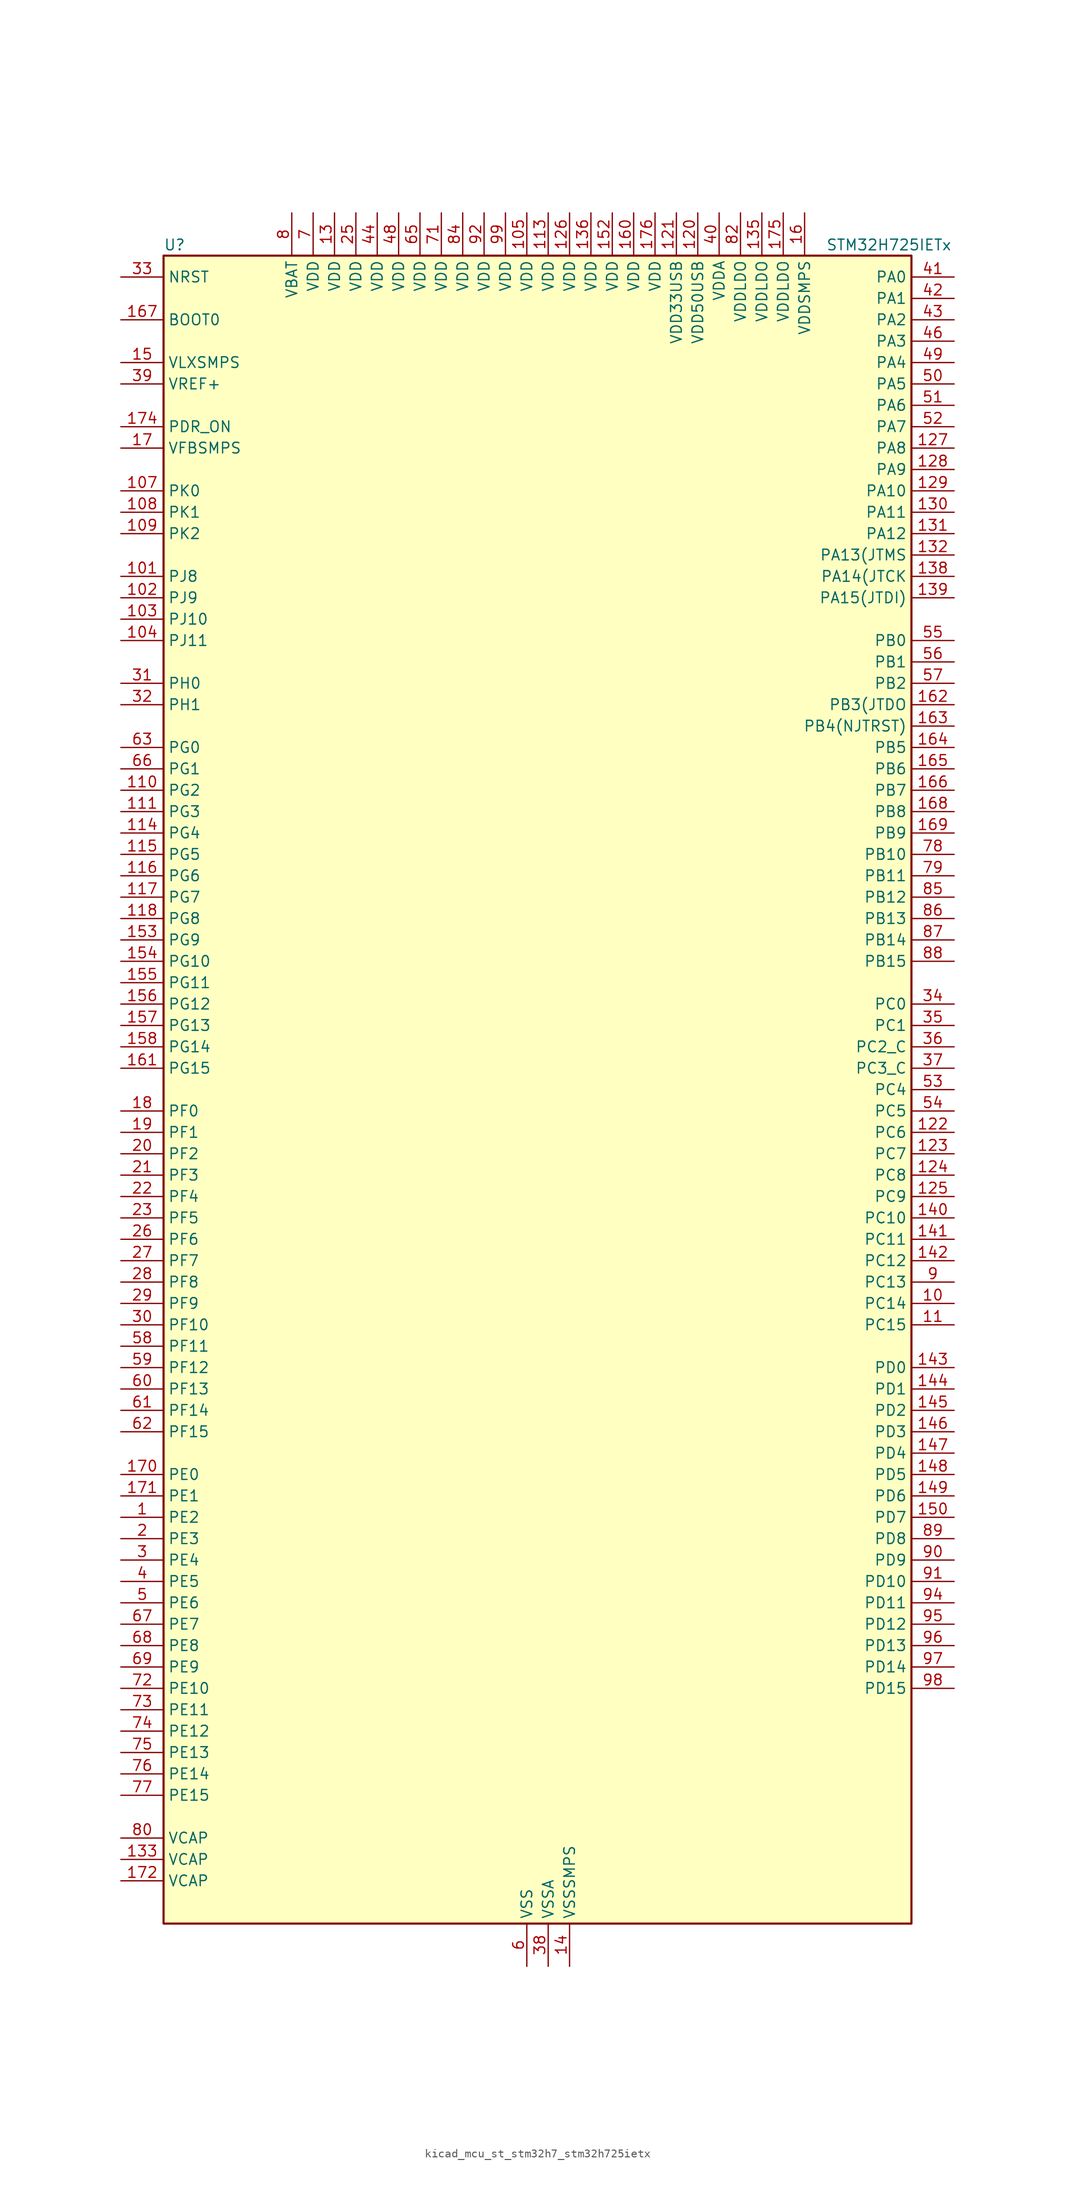
<source format=kicad_sym>
(kicad_symbol_lib
  (version 20220914)
  (generator kicad_symbol_editor)
  (symbol "kicad_mcu_st_stm32h7_stm32h725ietx"
    (property "Reference" "U"
      (at -43.18 100.33 0)
      (effects (font (size 1.27 1.27)) (justify left)))
    (property "Value" "STM32H725IETx"
      (at 35.56 100.33 0)
      (effects (font (size 1.27 1.27)) (justify left)))
    (property "ki_locked" ""
      (at 0 0 0)
      (effects (font (size 1.27 1.27))))
    (symbol "kicad_mcu_st_stm32h7_stm32h725ietx_0_1"
      (rectangle (start -43.18 -99.06) (end 45.72 99.06) (stroke (width 0.254) (type default)) (fill (type background))))
    (symbol "kicad_mcu_st_stm32h7_stm32h725ietx_1_1"
      (pin bidirectional line (at -48.26 -50.8 0) (length 5.08) (name "PE2" (effects (font (size 1.27 1.27)))) (number "1" (effects (font (size 1.27 1.27)))) (alternate "DEBUG_TRACECLK" bidirectional line) (alternate "ETH_TXD3" bidirectional line) (alternate "FMC_A23" bidirectional line) (alternate "OCTOSPIM_P1_IO2" bidirectional line) (alternate "SAI1_CK1" bidirectional line) (alternate "SAI1_MCLK_A" bidirectional line) (alternate "SAI4_CK1" bidirectional line) (alternate "SAI4_MCLK_A" bidirectional line) (alternate "SPI4_SCK" bidirectional line) (alternate "USART10_RX" bidirectional line))
      (pin bidirectional line (at 50.8 -25.4 180) (length 5.08) (name "PC14" (effects (font (size 1.27 1.27)))) (number "10" (effects (font (size 1.27 1.27)))) (alternate "RCC_OSC32_IN" bidirectional line))
      (pin passive line (at 0 -104.14 90) (length 5.08) hide (name "VSS" (effects (font (size 1.27 1.27)))) (number "100" (effects (font (size 1.27 1.27)))))
      (pin bidirectional line (at -48.26 60.96 0) (length 5.08) (name "PJ8" (effects (font (size 1.27 1.27)))) (number "101" (effects (font (size 1.27 1.27)))) (alternate "LTDC_G1" bidirectional line) (alternate "TIM1_CH3N" bidirectional line) (alternate "TIM8_CH1" bidirectional line) (alternate "UART8_TX" bidirectional line))
      (pin bidirectional line (at -48.26 58.42 0) (length 5.08) (name "PJ9" (effects (font (size 1.27 1.27)))) (number "102" (effects (font (size 1.27 1.27)))) (alternate "DAC1_EXTI9" bidirectional line) (alternate "LTDC_G2" bidirectional line) (alternate "TIM1_CH3" bidirectional line) (alternate "TIM8_CH1N" bidirectional line) (alternate "UART8_RX" bidirectional line))
      (pin bidirectional line (at -48.26 55.88 0) (length 5.08) (name "PJ10" (effects (font (size 1.27 1.27)))) (number "103" (effects (font (size 1.27 1.27)))) (alternate "LTDC_G3" bidirectional line) (alternate "SPI5_MOSI" bidirectional line) (alternate "TIM1_CH2N" bidirectional line) (alternate "TIM8_CH2" bidirectional line))
      (pin bidirectional line (at -48.26 53.34 0) (length 5.08) (name "PJ11" (effects (font (size 1.27 1.27)))) (number "104" (effects (font (size 1.27 1.27)))) (alternate "ADC1_EXTI11" bidirectional line) (alternate "ADC2_EXTI11" bidirectional line) (alternate "ADC3_EXTI11" bidirectional line) (alternate "LTDC_G4" bidirectional line) (alternate "SPI5_MISO" bidirectional line) (alternate "TIM1_CH2" bidirectional line) (alternate "TIM8_CH2N" bidirectional line))
      (pin power_in line (at 0 104.14 270) (length 5.08) (name "VDD" (effects (font (size 1.27 1.27)))) (number "105" (effects (font (size 1.27 1.27)))))
      (pin passive line (at 0 -104.14 90) (length 5.08) hide (name "VSS" (effects (font (size 1.27 1.27)))) (number "106" (effects (font (size 1.27 1.27)))))
      (pin bidirectional line (at -48.26 71.12 0) (length 5.08) (name "PK0" (effects (font (size 1.27 1.27)))) (number "107" (effects (font (size 1.27 1.27)))) (alternate "LTDC_G5" bidirectional line) (alternate "SPI5_SCK" bidirectional line) (alternate "TIM1_CH1N" bidirectional line) (alternate "TIM8_CH3" bidirectional line))
      (pin bidirectional line (at -48.26 68.58 0) (length 5.08) (name "PK1" (effects (font (size 1.27 1.27)))) (number "108" (effects (font (size 1.27 1.27)))) (alternate "LTDC_G6" bidirectional line) (alternate "SPI5_NSS" bidirectional line) (alternate "TIM1_CH1" bidirectional line) (alternate "TIM8_CH3N" bidirectional line))
      (pin bidirectional line (at -48.26 66.04 0) (length 5.08) (name "PK2" (effects (font (size 1.27 1.27)))) (number "109" (effects (font (size 1.27 1.27)))) (alternate "LTDC_G7" bidirectional line) (alternate "TIM1_BKIN" bidirectional line) (alternate "TIM1_BKIN_COMP1" bidirectional line) (alternate "TIM1_BKIN_COMP2" bidirectional line) (alternate "TIM8_BKIN" bidirectional line) (alternate "TIM8_BKIN_COMP1" bidirectional line) (alternate "TIM8_BKIN_COMP2" bidirectional line))
      (pin bidirectional line (at 50.8 -27.94 180) (length 5.08) (name "PC15" (effects (font (size 1.27 1.27)))) (number "11" (effects (font (size 1.27 1.27)))) (alternate "ADC1_EXTI15" bidirectional line) (alternate "ADC2_EXTI15" bidirectional line) (alternate "ADC3_EXTI15" bidirectional line) (alternate "RCC_OSC32_OUT" bidirectional line))
      (pin bidirectional line (at -48.26 35.56 0) (length 5.08) (name "PG2" (effects (font (size 1.27 1.27)))) (number "110" (effects (font (size 1.27 1.27)))) (alternate "FMC_A12" bidirectional line) (alternate "TIM24_ETR" bidirectional line) (alternate "TIM8_BKIN" bidirectional line) (alternate "TIM8_BKIN_COMP1" bidirectional line) (alternate "TIM8_BKIN_COMP2" bidirectional line))
      (pin bidirectional line (at -48.26 33.02 0) (length 5.08) (name "PG3" (effects (font (size 1.27 1.27)))) (number "111" (effects (font (size 1.27 1.27)))) (alternate "FMC_A13" bidirectional line) (alternate "TIM23_ETR" bidirectional line) (alternate "TIM8_BKIN2" bidirectional line) (alternate "TIM8_BKIN2_COMP1" bidirectional line) (alternate "TIM8_BKIN2_COMP2" bidirectional line))
      (pin passive line (at 0 -104.14 90) (length 5.08) hide (name "VSS" (effects (font (size 1.27 1.27)))) (number "112" (effects (font (size 1.27 1.27)))))
      (pin power_in line (at 2.54 104.14 270) (length 5.08) (name "VDD" (effects (font (size 1.27 1.27)))) (number "113" (effects (font (size 1.27 1.27)))))
      (pin bidirectional line (at -48.26 30.48 0) (length 5.08) (name "PG4" (effects (font (size 1.27 1.27)))) (number "114" (effects (font (size 1.27 1.27)))) (alternate "FMC_A14" bidirectional line) (alternate "FMC_BA0" bidirectional line) (alternate "TIM1_BKIN2" bidirectional line) (alternate "TIM1_BKIN2_COMP1" bidirectional line) (alternate "TIM1_BKIN2_COMP2" bidirectional line))
      (pin bidirectional line (at -48.26 27.94 0) (length 5.08) (name "PG5" (effects (font (size 1.27 1.27)))) (number "115" (effects (font (size 1.27 1.27)))) (alternate "FMC_A15" bidirectional line) (alternate "FMC_BA1" bidirectional line) (alternate "TIM1_ETR" bidirectional line))
      (pin bidirectional line (at -48.26 25.4 0) (length 5.08) (name "PG6" (effects (font (size 1.27 1.27)))) (number "116" (effects (font (size 1.27 1.27)))) (alternate "DCMI_D12" bidirectional line) (alternate "FMC_NE3" bidirectional line) (alternate "LTDC_R7" bidirectional line) (alternate "OCTOSPIM_P1_NCS" bidirectional line) (alternate "PSSI_D12" bidirectional line) (alternate "TIM17_BKIN" bidirectional line))
      (pin bidirectional line (at -48.26 22.86 0) (length 5.08) (name "PG7" (effects (font (size 1.27 1.27)))) (number "117" (effects (font (size 1.27 1.27)))) (alternate "DCMI_D13" bidirectional line) (alternate "FMC_INT" bidirectional line) (alternate "LTDC_CLK" bidirectional line) (alternate "OCTOSPIM_P2_DQS" bidirectional line) (alternate "PSSI_D13" bidirectional line) (alternate "SAI1_MCLK_A" bidirectional line) (alternate "USART6_CK" bidirectional line))
      (pin bidirectional line (at -48.26 20.32 0) (length 5.08) (name "PG8" (effects (font (size 1.27 1.27)))) (number "118" (effects (font (size 1.27 1.27)))) (alternate "ETH_PPS_OUT" bidirectional line) (alternate "FMC_SDCLK" bidirectional line) (alternate "I2S6_WS" bidirectional line) (alternate "LTDC_G7" bidirectional line) (alternate "SPDIFRX1_IN2" bidirectional line) (alternate "SPI6_NSS" bidirectional line) (alternate "TIM8_ETR" bidirectional line) (alternate "USART6_DE" bidirectional line) (alternate "USART6_RTS" bidirectional line))
      (pin passive line (at 0 -104.14 90) (length 5.08) hide (name "VSS" (effects (font (size 1.27 1.27)))) (number "119" (effects (font (size 1.27 1.27)))))
      (pin passive line (at 0 -104.14 90) (length 5.08) hide (name "VSS" (effects (font (size 1.27 1.27)))) (number "12" (effects (font (size 1.27 1.27)))))
      (pin power_in line (at 20.32 104.14 270) (length 5.08) (name "VDD50USB" (effects (font (size 1.27 1.27)))) (number "120" (effects (font (size 1.27 1.27)))))
      (pin power_in line (at 17.78 104.14 270) (length 5.08) (name "VDD33USB" (effects (font (size 1.27 1.27)))) (number "121" (effects (font (size 1.27 1.27)))))
      (pin bidirectional line (at 50.8 -5.08 180) (length 5.08) (name "PC6" (effects (font (size 1.27 1.27)))) (number "122" (effects (font (size 1.27 1.27)))) (alternate "DCMI_D0" bidirectional line) (alternate "DFSDM1_CKIN3" bidirectional line) (alternate "FMC_NWAIT" bidirectional line) (alternate "I2S2_MCK" bidirectional line) (alternate "LTDC_HSYNC" bidirectional line) (alternate "PSSI_D0" bidirectional line) (alternate "SDMMC1_D0DIR" bidirectional line) (alternate "SDMMC1_D6" bidirectional line) (alternate "SDMMC2_D6" bidirectional line) (alternate "SWPMI1_IO" bidirectional line) (alternate "TIM3_CH1" bidirectional line) (alternate "TIM8_CH1" bidirectional line) (alternate "USART6_TX" bidirectional line))
      (pin bidirectional line (at 50.8 -7.62 180) (length 5.08) (name "PC7" (effects (font (size 1.27 1.27)))) (number "123" (effects (font (size 1.27 1.27)))) (alternate "DCMI_D1" bidirectional line) (alternate "DEBUG_TRGIO" bidirectional line) (alternate "DFSDM1_DATIN3" bidirectional line) (alternate "FMC_NE1" bidirectional line) (alternate "I2S3_MCK" bidirectional line) (alternate "LTDC_G6" bidirectional line) (alternate "PSSI_D1" bidirectional line) (alternate "SDMMC1_D123DIR" bidirectional line) (alternate "SDMMC1_D7" bidirectional line) (alternate "SDMMC2_D7" bidirectional line) (alternate "SWPMI1_TX" bidirectional line) (alternate "TIM3_CH2" bidirectional line) (alternate "TIM8_CH2" bidirectional line) (alternate "USART6_RX" bidirectional line))
      (pin bidirectional line (at 50.8 -10.16 180) (length 5.08) (name "PC8" (effects (font (size 1.27 1.27)))) (number "124" (effects (font (size 1.27 1.27)))) (alternate "DCMI_D2" bidirectional line) (alternate "DEBUG_TRACED1" bidirectional line) (alternate "FMC_INT" bidirectional line) (alternate "FMC_NCE" bidirectional line) (alternate "FMC_NE2" bidirectional line) (alternate "PSSI_D2" bidirectional line) (alternate "SDMMC1_D0" bidirectional line) (alternate "SWPMI1_RX" bidirectional line) (alternate "TIM3_CH3" bidirectional line) (alternate "TIM8_CH3" bidirectional line) (alternate "UART5_DE" bidirectional line) (alternate "UART5_RTS" bidirectional line) (alternate "USART6_CK" bidirectional line))
      (pin bidirectional line (at 50.8 -12.7 180) (length 5.08) (name "PC9" (effects (font (size 1.27 1.27)))) (number "125" (effects (font (size 1.27 1.27)))) (alternate "DAC1_EXTI9" bidirectional line) (alternate "DCMI_D3" bidirectional line) (alternate "I2C3_SDA" bidirectional line) (alternate "I2C5_SDA" bidirectional line) (alternate "I2S_CKIN" bidirectional line) (alternate "LTDC_B2" bidirectional line) (alternate "LTDC_G3" bidirectional line) (alternate "OCTOSPIM_P1_IO0" bidirectional line) (alternate "PSSI_D3" bidirectional line) (alternate "RCC_MCO_2" bidirectional line) (alternate "SDMMC1_D1" bidirectional line) (alternate "SWPMI1_SUSPEND" bidirectional line) (alternate "TIM3_CH4" bidirectional line) (alternate "TIM8_CH4" bidirectional line) (alternate "UART5_CTS" bidirectional line))
      (pin power_in line (at 5.08 104.14 270) (length 5.08) (name "VDD" (effects (font (size 1.27 1.27)))) (number "126" (effects (font (size 1.27 1.27)))))
      (pin bidirectional line (at 50.8 76.2 180) (length 5.08) (name "PA8" (effects (font (size 1.27 1.27)))) (number "127" (effects (font (size 1.27 1.27)))) (alternate "I2C3_SCL" bidirectional line) (alternate "I2C5_SCL" bidirectional line) (alternate "LTDC_B3" bidirectional line) (alternate "LTDC_R6" bidirectional line) (alternate "RCC_MCO_1" bidirectional line) (alternate "TIM1_CH1" bidirectional line) (alternate "TIM8_BKIN2" bidirectional line) (alternate "TIM8_BKIN2_COMP1" bidirectional line) (alternate "TIM8_BKIN2_COMP2" bidirectional line) (alternate "UART7_RX" bidirectional line) (alternate "USART1_CK" bidirectional line) (alternate "USB_OTG_HS_SOF" bidirectional line))
      (pin bidirectional line (at 50.8 73.66 180) (length 5.08) (name "PA9" (effects (font (size 1.27 1.27)))) (number "128" (effects (font (size 1.27 1.27)))) (alternate "DAC1_EXTI9" bidirectional line) (alternate "DCMI_D0" bidirectional line) (alternate "ETH_TX_ER" bidirectional line) (alternate "I2C3_SMBA" bidirectional line) (alternate "I2C5_SMBA" bidirectional line) (alternate "I2S2_CK" bidirectional line) (alternate "LPUART1_TX" bidirectional line) (alternate "LTDC_R5" bidirectional line) (alternate "PSSI_D0" bidirectional line) (alternate "SPI2_SCK" bidirectional line) (alternate "TIM1_CH2" bidirectional line) (alternate "USART1_TX" bidirectional line) (alternate "USB_OTG_HS_VBUS" bidirectional line))
      (pin bidirectional line (at 50.8 71.12 180) (length 5.08) (name "PA10" (effects (font (size 1.27 1.27)))) (number "129" (effects (font (size 1.27 1.27)))) (alternate "DCMI_D1" bidirectional line) (alternate "LPUART1_RX" bidirectional line) (alternate "LTDC_B1" bidirectional line) (alternate "LTDC_B4" bidirectional line) (alternate "MDIOS_MDIO" bidirectional line) (alternate "PSSI_D1" bidirectional line) (alternate "TIM1_CH3" bidirectional line) (alternate "USART1_RX" bidirectional line) (alternate "USB_OTG_HS_ID" bidirectional line))
      (pin power_in line (at -22.86 104.14 270) (length 5.08) (name "VDD" (effects (font (size 1.27 1.27)))) (number "13" (effects (font (size 1.27 1.27)))))
      (pin bidirectional line (at 50.8 68.58 180) (length 5.08) (name "PA11" (effects (font (size 1.27 1.27)))) (number "130" (effects (font (size 1.27 1.27)))) (alternate "ADC1_EXTI11" bidirectional line) (alternate "ADC2_EXTI11" bidirectional line) (alternate "ADC3_EXTI11" bidirectional line) (alternate "FDCAN1_RX" bidirectional line) (alternate "I2S2_WS" bidirectional line) (alternate "LPUART1_CTS" bidirectional line) (alternate "LTDC_R4" bidirectional line) (alternate "SPI2_NSS" bidirectional line) (alternate "TIM1_CH4" bidirectional line) (alternate "UART4_RX" bidirectional line) (alternate "USART1_CTS" bidirectional line) (alternate "USART1_NSS" bidirectional line) (alternate "USB_OTG_HS_DM" bidirectional line))
      (pin bidirectional line (at 50.8 66.04 180) (length 5.08) (name "PA12" (effects (font (size 1.27 1.27)))) (number "131" (effects (font (size 1.27 1.27)))) (alternate "FDCAN1_TX" bidirectional line) (alternate "I2S2_CK" bidirectional line) (alternate "LPUART1_DE" bidirectional line) (alternate "LPUART1_RTS" bidirectional line) (alternate "LTDC_R5" bidirectional line) (alternate "SAI4_FS_B" bidirectional line) (alternate "SPI2_SCK" bidirectional line) (alternate "TIM1_BKIN2" bidirectional line) (alternate "TIM1_ETR" bidirectional line) (alternate "UART4_TX" bidirectional line) (alternate "USART1_DE" bidirectional line) (alternate "USART1_RTS" bidirectional line) (alternate "USB_OTG_HS_DP" bidirectional line))
      (pin bidirectional line (at 50.8 63.5 180) (length 5.08) (name "PA13(JTMS" (effects (font (size 1.27 1.27)))) (number "132" (effects (font (size 1.27 1.27)))) (alternate "DEBUG_JTMS-SWDIO" bidirectional line))
      (pin power_out line (at -48.26 -91.44 0) (length 5.08) (name "VCAP" (effects (font (size 1.27 1.27)))) (number "133" (effects (font (size 1.27 1.27)))))
      (pin passive line (at 0 -104.14 90) (length 5.08) hide (name "VSS" (effects (font (size 1.27 1.27)))) (number "134" (effects (font (size 1.27 1.27)))))
      (pin power_in line (at 27.94 104.14 270) (length 5.08) (name "VDDLDO" (effects (font (size 1.27 1.27)))) (number "135" (effects (font (size 1.27 1.27)))))
      (pin power_in line (at 7.62 104.14 270) (length 5.08) (name "VDD" (effects (font (size 1.27 1.27)))) (number "136" (effects (font (size 1.27 1.27)))))
      (pin passive line (at 0 -104.14 90) (length 5.08) hide (name "VSS" (effects (font (size 1.27 1.27)))) (number "137" (effects (font (size 1.27 1.27)))))
      (pin bidirectional line (at 50.8 60.96 180) (length 5.08) (name "PA14(JTCK" (effects (font (size 1.27 1.27)))) (number "138" (effects (font (size 1.27 1.27)))) (alternate "DEBUG_JTCK-SWCLK" bidirectional line))
      (pin bidirectional line (at 50.8 58.42 180) (length 5.08) (name "PA15(JTDI)" (effects (font (size 1.27 1.27)))) (number "139" (effects (font (size 1.27 1.27)))) (alternate "ADC1_EXTI15" bidirectional line) (alternate "ADC2_EXTI15" bidirectional line) (alternate "ADC3_EXTI15" bidirectional line) (alternate "CEC" bidirectional line) (alternate "DEBUG_JTDI" bidirectional line) (alternate "I2S1_WS" bidirectional line) (alternate "I2S3_WS" bidirectional line) (alternate "I2S6_WS" bidirectional line) (alternate "LTDC_B6" bidirectional line) (alternate "LTDC_R3" bidirectional line) (alternate "SPI1_NSS" bidirectional line) (alternate "SPI3_NSS" bidirectional line) (alternate "SPI6_NSS" bidirectional line) (alternate "TIM2_CH1" bidirectional line) (alternate "TIM2_ETR" bidirectional line) (alternate "UART4_DE" bidirectional line) (alternate "UART4_RTS" bidirectional line) (alternate "UART7_TX" bidirectional line))
      (pin power_in line (at 5.08 -104.14 90) (length 5.08) (name "VSSSMPS" (effects (font (size 1.27 1.27)))) (number "14" (effects (font (size 1.27 1.27)))))
      (pin bidirectional line (at 50.8 -15.24 180) (length 5.08) (name "PC10" (effects (font (size 1.27 1.27)))) (number "140" (effects (font (size 1.27 1.27)))) (alternate "DCMI_D8" bidirectional line) (alternate "DFSDM1_CKIN5" bidirectional line) (alternate "I2C5_SDA" bidirectional line) (alternate "I2S3_CK" bidirectional line) (alternate "LTDC_B1" bidirectional line) (alternate "LTDC_R2" bidirectional line) (alternate "OCTOSPIM_P1_IO1" bidirectional line) (alternate "PSSI_D8" bidirectional line) (alternate "SDMMC1_D2" bidirectional line) (alternate "SPI3_SCK" bidirectional line) (alternate "SWPMI1_RX" bidirectional line) (alternate "UART4_TX" bidirectional line) (alternate "USART3_TX" bidirectional line))
      (pin bidirectional line (at 50.8 -17.78 180) (length 5.08) (name "PC11" (effects (font (size 1.27 1.27)))) (number "141" (effects (font (size 1.27 1.27)))) (alternate "ADC1_EXTI11" bidirectional line) (alternate "ADC2_EXTI11" bidirectional line) (alternate "ADC3_EXTI11" bidirectional line) (alternate "DCMI_D4" bidirectional line) (alternate "DFSDM1_DATIN5" bidirectional line) (alternate "I2C5_SCL" bidirectional line) (alternate "I2S3_SDI" bidirectional line) (alternate "LTDC_B4" bidirectional line) (alternate "OCTOSPIM_P1_NCS" bidirectional line) (alternate "PSSI_D4" bidirectional line) (alternate "SDMMC1_D3" bidirectional line) (alternate "SPI3_MISO" bidirectional line) (alternate "UART4_RX" bidirectional line) (alternate "USART3_RX" bidirectional line))
      (pin bidirectional line (at 50.8 -20.32 180) (length 5.08) (name "PC12" (effects (font (size 1.27 1.27)))) (number "142" (effects (font (size 1.27 1.27)))) (alternate "DCMI_D9" bidirectional line) (alternate "DEBUG_TRACED3" bidirectional line) (alternate "FMC_D6" bidirectional line) (alternate "FMC_DA6" bidirectional line) (alternate "I2C5_SMBA" bidirectional line) (alternate "I2S3_SDO" bidirectional line) (alternate "I2S6_CK" bidirectional line) (alternate "LTDC_R6" bidirectional line) (alternate "PSSI_D9" bidirectional line) (alternate "SDMMC1_CK" bidirectional line) (alternate "SPI3_MOSI" bidirectional line) (alternate "SPI6_SCK" bidirectional line) (alternate "TIM15_CH1" bidirectional line) (alternate "UART5_TX" bidirectional line) (alternate "USART3_CK" bidirectional line))
      (pin bidirectional line (at 50.8 -33.02 180) (length 5.08) (name "PD0" (effects (font (size 1.27 1.27)))) (number "143" (effects (font (size 1.27 1.27)))) (alternate "DFSDM1_CKIN6" bidirectional line) (alternate "FDCAN1_RX" bidirectional line) (alternate "FMC_D2" bidirectional line) (alternate "FMC_DA2" bidirectional line) (alternate "LTDC_B1" bidirectional line) (alternate "UART4_RX" bidirectional line) (alternate "UART9_CTS" bidirectional line))
      (pin bidirectional line (at 50.8 -35.56 180) (length 5.08) (name "PD1" (effects (font (size 1.27 1.27)))) (number "144" (effects (font (size 1.27 1.27)))) (alternate "DFSDM1_DATIN6" bidirectional line) (alternate "FDCAN1_TX" bidirectional line) (alternate "FMC_D3" bidirectional line) (alternate "FMC_DA3" bidirectional line) (alternate "UART4_TX" bidirectional line))
      (pin bidirectional line (at 50.8 -38.1 180) (length 5.08) (name "PD2" (effects (font (size 1.27 1.27)))) (number "145" (effects (font (size 1.27 1.27)))) (alternate "DCMI_D11" bidirectional line) (alternate "DEBUG_TRACED2" bidirectional line) (alternate "FMC_D7" bidirectional line) (alternate "FMC_DA7" bidirectional line) (alternate "LTDC_B2" bidirectional line) (alternate "LTDC_B7" bidirectional line) (alternate "PSSI_D11" bidirectional line) (alternate "SDMMC1_CMD" bidirectional line) (alternate "TIM15_BKIN" bidirectional line) (alternate "TIM3_ETR" bidirectional line) (alternate "UART5_RX" bidirectional line))
      (pin bidirectional line (at 50.8 -40.64 180) (length 5.08) (name "PD3" (effects (font (size 1.27 1.27)))) (number "146" (effects (font (size 1.27 1.27)))) (alternate "DCMI_D5" bidirectional line) (alternate "DFSDM1_CKOUT" bidirectional line) (alternate "FMC_CLK" bidirectional line) (alternate "I2S2_CK" bidirectional line) (alternate "LTDC_G7" bidirectional line) (alternate "PSSI_D5" bidirectional line) (alternate "SPI2_SCK" bidirectional line) (alternate "USART2_CTS" bidirectional line) (alternate "USART2_NSS" bidirectional line))
      (pin bidirectional line (at 50.8 -43.18 180) (length 5.08) (name "PD4" (effects (font (size 1.27 1.27)))) (number "147" (effects (font (size 1.27 1.27)))) (alternate "FMC_NOE" bidirectional line) (alternate "OCTOSPIM_P1_IO4" bidirectional line) (alternate "USART2_DE" bidirectional line) (alternate "USART2_RTS" bidirectional line))
      (pin bidirectional line (at 50.8 -45.72 180) (length 5.08) (name "PD5" (effects (font (size 1.27 1.27)))) (number "148" (effects (font (size 1.27 1.27)))) (alternate "FMC_NWE" bidirectional line) (alternate "OCTOSPIM_P1_IO5" bidirectional line) (alternate "USART2_TX" bidirectional line))
      (pin bidirectional line (at 50.8 -48.26 180) (length 5.08) (name "PD6" (effects (font (size 1.27 1.27)))) (number "149" (effects (font (size 1.27 1.27)))) (alternate "DCMI_D10" bidirectional line) (alternate "DFSDM1_CKIN4" bidirectional line) (alternate "DFSDM1_DATIN1" bidirectional line) (alternate "FMC_NWAIT" bidirectional line) (alternate "I2S3_SDO" bidirectional line) (alternate "LTDC_B2" bidirectional line) (alternate "OCTOSPIM_P1_IO6" bidirectional line) (alternate "PSSI_D10" bidirectional line) (alternate "SAI1_D1" bidirectional line) (alternate "SAI1_SD_A" bidirectional line) (alternate "SAI4_D1" bidirectional line) (alternate "SAI4_SD_A" bidirectional line) (alternate "SDMMC2_CK" bidirectional line) (alternate "SPI3_MOSI" bidirectional line) (alternate "USART2_RX" bidirectional line))
      (pin power_in line (at -48.26 86.36 0) (length 5.08) (name "VLXSMPS" (effects (font (size 1.27 1.27)))) (number "15" (effects (font (size 1.27 1.27)))))
      (pin bidirectional line (at 50.8 -50.8 180) (length 5.08) (name "PD7" (effects (font (size 1.27 1.27)))) (number "150" (effects (font (size 1.27 1.27)))) (alternate "DFSDM1_CKIN1" bidirectional line) (alternate "DFSDM1_DATIN4" bidirectional line) (alternate "FMC_NE1" bidirectional line) (alternate "I2S1_SDO" bidirectional line) (alternate "OCTOSPIM_P1_IO7" bidirectional line) (alternate "SDMMC2_CMD" bidirectional line) (alternate "SPDIFRX1_IN0" bidirectional line) (alternate "SPI1_MOSI" bidirectional line) (alternate "USART2_CK" bidirectional line))
      (pin passive line (at 0 -104.14 90) (length 5.08) hide (name "VSS" (effects (font (size 1.27 1.27)))) (number "151" (effects (font (size 1.27 1.27)))))
      (pin power_in line (at 10.16 104.14 270) (length 5.08) (name "VDD" (effects (font (size 1.27 1.27)))) (number "152" (effects (font (size 1.27 1.27)))))
      (pin bidirectional line (at -48.26 17.78 0) (length 5.08) (name "PG9" (effects (font (size 1.27 1.27)))) (number "153" (effects (font (size 1.27 1.27)))) (alternate "DAC1_EXTI9" bidirectional line) (alternate "DCMI_VSYNC" bidirectional line) (alternate "FDCAN3_TX" bidirectional line) (alternate "FMC_NCE" bidirectional line) (alternate "FMC_NE2" bidirectional line) (alternate "I2S1_SDI" bidirectional line) (alternate "OCTOSPIM_P1_IO6" bidirectional line) (alternate "PSSI_RDY" bidirectional line) (alternate "SAI4_FS_B" bidirectional line) (alternate "SDMMC2_D0" bidirectional line) (alternate "SPDIFRX1_IN3" bidirectional line) (alternate "SPI1_MISO" bidirectional line) (alternate "USART6_RX" bidirectional line))
      (pin bidirectional line (at -48.26 15.24 0) (length 5.08) (name "PG10" (effects (font (size 1.27 1.27)))) (number "154" (effects (font (size 1.27 1.27)))) (alternate "DCMI_D2" bidirectional line) (alternate "FDCAN3_RX" bidirectional line) (alternate "FMC_NE3" bidirectional line) (alternate "I2S1_WS" bidirectional line) (alternate "LTDC_B2" bidirectional line) (alternate "LTDC_G3" bidirectional line) (alternate "OCTOSPIM_P2_IO6" bidirectional line) (alternate "PSSI_D2" bidirectional line) (alternate "SAI4_SD_B" bidirectional line) (alternate "SDMMC2_D1" bidirectional line) (alternate "SPI1_NSS" bidirectional line))
      (pin bidirectional line (at -48.26 12.7 0) (length 5.08) (name "PG11" (effects (font (size 1.27 1.27)))) (number "155" (effects (font (size 1.27 1.27)))) (alternate "ADC1_EXTI11" bidirectional line) (alternate "ADC2_EXTI11" bidirectional line) (alternate "ADC3_EXTI11" bidirectional line) (alternate "DCMI_D3" bidirectional line) (alternate "ETH_TX_EN" bidirectional line) (alternate "I2S1_CK" bidirectional line) (alternate "LPTIM1_IN2" bidirectional line) (alternate "LTDC_B3" bidirectional line) (alternate "OCTOSPIM_P2_IO7" bidirectional line) (alternate "PSSI_D3" bidirectional line) (alternate "SDMMC2_D2" bidirectional line) (alternate "SPDIFRX1_IN0" bidirectional line) (alternate "SPI1_SCK" bidirectional line) (alternate "USART10_RX" bidirectional line))
      (pin bidirectional line (at -48.26 10.16 0) (length 5.08) (name "PG12" (effects (font (size 1.27 1.27)))) (number "156" (effects (font (size 1.27 1.27)))) (alternate "ETH_TXD1" bidirectional line) (alternate "FMC_NE4" bidirectional line) (alternate "I2S6_SDI" bidirectional line) (alternate "LPTIM1_IN1" bidirectional line) (alternate "LTDC_B1" bidirectional line) (alternate "LTDC_B4" bidirectional line) (alternate "OCTOSPIM_P2_NCS" bidirectional line) (alternate "SDMMC2_D3" bidirectional line) (alternate "SPDIFRX1_IN1" bidirectional line) (alternate "SPI6_MISO" bidirectional line) (alternate "TIM23_CH1" bidirectional line) (alternate "USART10_TX" bidirectional line) (alternate "USART6_DE" bidirectional line) (alternate "USART6_RTS" bidirectional line))
      (pin bidirectional line (at -48.26 7.62 0) (length 5.08) (name "PG13" (effects (font (size 1.27 1.27)))) (number "157" (effects (font (size 1.27 1.27)))) (alternate "DEBUG_TRACED0" bidirectional line) (alternate "ETH_TXD0" bidirectional line) (alternate "FMC_A24" bidirectional line) (alternate "I2S6_CK" bidirectional line) (alternate "LPTIM1_OUT" bidirectional line) (alternate "LTDC_R0" bidirectional line) (alternate "SDMMC2_D6" bidirectional line) (alternate "SPI6_SCK" bidirectional line) (alternate "TIM23_CH2" bidirectional line) (alternate "USART10_CTS" bidirectional line) (alternate "USART10_NSS" bidirectional line) (alternate "USART6_CTS" bidirectional line) (alternate "USART6_NSS" bidirectional line))
      (pin bidirectional line (at -48.26 5.08 0) (length 5.08) (name "PG14" (effects (font (size 1.27 1.27)))) (number "158" (effects (font (size 1.27 1.27)))) (alternate "DEBUG_TRACED1" bidirectional line) (alternate "ETH_TXD1" bidirectional line) (alternate "FMC_A25" bidirectional line) (alternate "I2S6_SDO" bidirectional line) (alternate "LPTIM1_ETR" bidirectional line) (alternate "LTDC_B0" bidirectional line) (alternate "OCTOSPIM_P1_IO7" bidirectional line) (alternate "SDMMC2_D7" bidirectional line) (alternate "SPI6_MOSI" bidirectional line) (alternate "TIM23_CH3" bidirectional line) (alternate "USART10_DE" bidirectional line) (alternate "USART10_RTS" bidirectional line) (alternate "USART6_TX" bidirectional line))
      (pin passive line (at 0 -104.14 90) (length 5.08) hide (name "VSS" (effects (font (size 1.27 1.27)))) (number "159" (effects (font (size 1.27 1.27)))))
      (pin power_in line (at 33.02 104.14 270) (length 5.08) (name "VDDSMPS" (effects (font (size 1.27 1.27)))) (number "16" (effects (font (size 1.27 1.27)))))
      (pin power_in line (at 12.7 104.14 270) (length 5.08) (name "VDD" (effects (font (size 1.27 1.27)))) (number "160" (effects (font (size 1.27 1.27)))))
      (pin bidirectional line (at -48.26 2.54 0) (length 5.08) (name "PG15" (effects (font (size 1.27 1.27)))) (number "161" (effects (font (size 1.27 1.27)))) (alternate "ADC1_EXTI15" bidirectional line) (alternate "ADC2_EXTI15" bidirectional line) (alternate "ADC3_EXTI15" bidirectional line) (alternate "DCMI_D13" bidirectional line) (alternate "FMC_SDNCAS" bidirectional line) (alternate "OCTOSPIM_P2_DQS" bidirectional line) (alternate "PSSI_D13" bidirectional line) (alternate "USART10_CK" bidirectional line) (alternate "USART6_CTS" bidirectional line) (alternate "USART6_NSS" bidirectional line))
      (pin bidirectional line (at 50.8 45.72 180) (length 5.08) (name "PB3(JTDO" (effects (font (size 1.27 1.27)))) (number "162" (effects (font (size 1.27 1.27)))) (alternate "CRS_SYNC" bidirectional line) (alternate "DEBUG_JTDO-SWO" bidirectional line) (alternate "I2S1_CK" bidirectional line) (alternate "I2S3_CK" bidirectional line) (alternate "I2S6_CK" bidirectional line) (alternate "SDMMC2_D2" bidirectional line) (alternate "SPI1_SCK" bidirectional line) (alternate "SPI3_SCK" bidirectional line) (alternate "SPI6_SCK" bidirectional line) (alternate "TIM24_ETR" bidirectional line) (alternate "TIM2_CH2" bidirectional line) (alternate "UART7_RX" bidirectional line))
      (pin bidirectional line (at 50.8 43.18 180) (length 5.08) (name "PB4(NJTRST)" (effects (font (size 1.27 1.27)))) (number "163" (effects (font (size 1.27 1.27)))) (alternate "DEBUG_JTRST" bidirectional line) (alternate "I2S1_SDI" bidirectional line) (alternate "I2S2_WS" bidirectional line) (alternate "I2S3_SDI" bidirectional line) (alternate "I2S6_SDI" bidirectional line) (alternate "SDMMC2_D3" bidirectional line) (alternate "SPI1_MISO" bidirectional line) (alternate "SPI2_NSS" bidirectional line) (alternate "SPI3_MISO" bidirectional line) (alternate "SPI6_MISO" bidirectional line) (alternate "TIM16_BKIN" bidirectional line) (alternate "TIM3_CH1" bidirectional line) (alternate "UART7_TX" bidirectional line))
      (pin bidirectional line (at 50.8 40.64 180) (length 5.08) (name "PB5" (effects (font (size 1.27 1.27)))) (number "164" (effects (font (size 1.27 1.27)))) (alternate "DCMI_D10" bidirectional line) (alternate "ETH_PPS_OUT" bidirectional line) (alternate "FDCAN2_RX" bidirectional line) (alternate "FMC_SDCKE1" bidirectional line) (alternate "I2C1_SMBA" bidirectional line) (alternate "I2C4_SMBA" bidirectional line) (alternate "I2S1_SDO" bidirectional line) (alternate "I2S3_SDO" bidirectional line) (alternate "I2S6_SDO" bidirectional line) (alternate "LTDC_B5" bidirectional line) (alternate "PSSI_D10" bidirectional line) (alternate "SPI1_MOSI" bidirectional line) (alternate "SPI3_MOSI" bidirectional line) (alternate "SPI6_MOSI" bidirectional line) (alternate "TIM17_BKIN" bidirectional line) (alternate "TIM3_CH2" bidirectional line) (alternate "UART5_RX" bidirectional line) (alternate "USB_OTG_HS_ULPI_D7" bidirectional line))
      (pin bidirectional line (at 50.8 38.1 180) (length 5.08) (name "PB6" (effects (font (size 1.27 1.27)))) (number "165" (effects (font (size 1.27 1.27)))) (alternate "CEC" bidirectional line) (alternate "DCMI_D5" bidirectional line) (alternate "DFSDM1_DATIN5" bidirectional line) (alternate "FDCAN2_TX" bidirectional line) (alternate "FMC_SDNE1" bidirectional line) (alternate "I2C1_SCL" bidirectional line) (alternate "I2C4_SCL" bidirectional line) (alternate "LPUART1_TX" bidirectional line) (alternate "OCTOSPIM_P1_NCS" bidirectional line) (alternate "PSSI_D5" bidirectional line) (alternate "TIM16_CH1N" bidirectional line) (alternate "TIM4_CH1" bidirectional line) (alternate "UART5_TX" bidirectional line) (alternate "USART1_TX" bidirectional line))
      (pin bidirectional line (at 50.8 35.56 180) (length 5.08) (name "PB7" (effects (font (size 1.27 1.27)))) (number "166" (effects (font (size 1.27 1.27)))) (alternate "DCMI_VSYNC" bidirectional line) (alternate "DFSDM1_CKIN5" bidirectional line) (alternate "FMC_NL" bidirectional line) (alternate "I2C1_SDA" bidirectional line) (alternate "I2C4_SDA" bidirectional line) (alternate "LPUART1_RX" bidirectional line) (alternate "PSSI_RDY" bidirectional line) (alternate "PWR_PVD_IN" bidirectional line) (alternate "TIM17_CH1N" bidirectional line) (alternate "TIM4_CH2" bidirectional line) (alternate "USART1_RX" bidirectional line))
      (pin input line (at -48.26 91.44 0) (length 5.08) (name "BOOT0" (effects (font (size 1.27 1.27)))) (number "167" (effects (font (size 1.27 1.27)))))
      (pin bidirectional line (at 50.8 33.02 180) (length 5.08) (name "PB8" (effects (font (size 1.27 1.27)))) (number "168" (effects (font (size 1.27 1.27)))) (alternate "DCMI_D6" bidirectional line) (alternate "DFSDM1_CKIN7" bidirectional line) (alternate "ETH_TXD3" bidirectional line) (alternate "FDCAN1_RX" bidirectional line) (alternate "I2C1_SCL" bidirectional line) (alternate "I2C4_SCL" bidirectional line) (alternate "LTDC_B6" bidirectional line) (alternate "PSSI_D6" bidirectional line) (alternate "SDMMC1_CKIN" bidirectional line) (alternate "SDMMC1_D4" bidirectional line) (alternate "SDMMC2_D4" bidirectional line) (alternate "TIM16_CH1" bidirectional line) (alternate "TIM4_CH3" bidirectional line) (alternate "UART4_RX" bidirectional line))
      (pin bidirectional line (at 50.8 30.48 180) (length 5.08) (name "PB9" (effects (font (size 1.27 1.27)))) (number "169" (effects (font (size 1.27 1.27)))) (alternate "DAC1_EXTI9" bidirectional line) (alternate "DCMI_D7" bidirectional line) (alternate "DFSDM1_DATIN7" bidirectional line) (alternate "FDCAN1_TX" bidirectional line) (alternate "I2C1_SDA" bidirectional line) (alternate "I2C4_SDA" bidirectional line) (alternate "I2C4_SMBA" bidirectional line) (alternate "I2S2_WS" bidirectional line) (alternate "LTDC_B7" bidirectional line) (alternate "PSSI_D7" bidirectional line) (alternate "SDMMC1_CDIR" bidirectional line) (alternate "SDMMC1_D5" bidirectional line) (alternate "SDMMC2_D5" bidirectional line) (alternate "SPI2_NSS" bidirectional line) (alternate "TIM17_CH1" bidirectional line) (alternate "TIM4_CH4" bidirectional line) (alternate "UART4_TX" bidirectional line))
      (pin input line (at -48.26 76.2 0) (length 5.08) (name "VFBSMPS" (effects (font (size 1.27 1.27)))) (number "17" (effects (font (size 1.27 1.27)))))
      (pin bidirectional line (at -48.26 -45.72 0) (length 5.08) (name "PE0" (effects (font (size 1.27 1.27)))) (number "170" (effects (font (size 1.27 1.27)))) (alternate "DCMI_D2" bidirectional line) (alternate "FMC_NBL0" bidirectional line) (alternate "LPTIM1_ETR" bidirectional line) (alternate "LPTIM2_ETR" bidirectional line) (alternate "LTDC_R0" bidirectional line) (alternate "PSSI_D2" bidirectional line) (alternate "SAI4_MCLK_A" bidirectional line) (alternate "TIM4_ETR" bidirectional line) (alternate "UART8_RX" bidirectional line))
      (pin bidirectional line (at -48.26 -48.26 0) (length 5.08) (name "PE1" (effects (font (size 1.27 1.27)))) (number "171" (effects (font (size 1.27 1.27)))) (alternate "DCMI_D3" bidirectional line) (alternate "FMC_NBL1" bidirectional line) (alternate "LPTIM1_IN2" bidirectional line) (alternate "LTDC_R6" bidirectional line) (alternate "PSSI_D3" bidirectional line) (alternate "UART8_TX" bidirectional line))
      (pin power_out line (at -48.26 -93.98 0) (length 5.08) (name "VCAP" (effects (font (size 1.27 1.27)))) (number "172" (effects (font (size 1.27 1.27)))))
      (pin passive line (at 0 -104.14 90) (length 5.08) hide (name "VSS" (effects (font (size 1.27 1.27)))) (number "173" (effects (font (size 1.27 1.27)))))
      (pin input line (at -48.26 78.74 0) (length 5.08) (name "PDR_ON" (effects (font (size 1.27 1.27)))) (number "174" (effects (font (size 1.27 1.27)))))
      (pin power_in line (at 30.48 104.14 270) (length 5.08) (name "VDDLDO" (effects (font (size 1.27 1.27)))) (number "175" (effects (font (size 1.27 1.27)))))
      (pin power_in line (at 15.24 104.14 270) (length 5.08) (name "VDD" (effects (font (size 1.27 1.27)))) (number "176" (effects (font (size 1.27 1.27)))))
      (pin bidirectional line (at -48.26 -2.54 0) (length 5.08) (name "PF0" (effects (font (size 1.27 1.27)))) (number "18" (effects (font (size 1.27 1.27)))) (alternate "FMC_A0" bidirectional line) (alternate "I2C2_SDA" bidirectional line) (alternate "I2C5_SDA" bidirectional line) (alternate "OCTOSPIM_P2_IO0" bidirectional line) (alternate "TIM23_CH1" bidirectional line))
      (pin bidirectional line (at -48.26 -5.08 0) (length 5.08) (name "PF1" (effects (font (size 1.27 1.27)))) (number "19" (effects (font (size 1.27 1.27)))) (alternate "FMC_A1" bidirectional line) (alternate "I2C2_SCL" bidirectional line) (alternate "I2C5_SCL" bidirectional line) (alternate "OCTOSPIM_P2_IO1" bidirectional line) (alternate "TIM23_CH2" bidirectional line))
      (pin bidirectional line (at -48.26 -53.34 0) (length 5.08) (name "PE3" (effects (font (size 1.27 1.27)))) (number "2" (effects (font (size 1.27 1.27)))) (alternate "DEBUG_TRACED0" bidirectional line) (alternate "FMC_A19" bidirectional line) (alternate "SAI1_SD_B" bidirectional line) (alternate "SAI4_SD_B" bidirectional line) (alternate "TIM15_BKIN" bidirectional line) (alternate "USART10_TX" bidirectional line))
      (pin bidirectional line (at -48.26 -7.62 0) (length 5.08) (name "PF2" (effects (font (size 1.27 1.27)))) (number "20" (effects (font (size 1.27 1.27)))) (alternate "FMC_A2" bidirectional line) (alternate "I2C2_SMBA" bidirectional line) (alternate "I2C5_SMBA" bidirectional line) (alternate "OCTOSPIM_P2_IO2" bidirectional line) (alternate "TIM23_CH3" bidirectional line))
      (pin bidirectional line (at -48.26 -10.16 0) (length 5.08) (name "PF3" (effects (font (size 1.27 1.27)))) (number "21" (effects (font (size 1.27 1.27)))) (alternate "ADC3_INP5" bidirectional line) (alternate "FMC_A3" bidirectional line) (alternate "OCTOSPIM_P2_IO3" bidirectional line) (alternate "TIM23_CH4" bidirectional line))
      (pin bidirectional line (at -48.26 -12.7 0) (length 5.08) (name "PF4" (effects (font (size 1.27 1.27)))) (number "22" (effects (font (size 1.27 1.27)))) (alternate "ADC3_INN5" bidirectional line) (alternate "ADC3_INP9" bidirectional line) (alternate "FMC_A4" bidirectional line) (alternate "OCTOSPIM_P2_CLK" bidirectional line))
      (pin bidirectional line (at -48.26 -15.24 0) (length 5.08) (name "PF5" (effects (font (size 1.27 1.27)))) (number "23" (effects (font (size 1.27 1.27)))) (alternate "ADC3_INP4" bidirectional line) (alternate "FMC_A5" bidirectional line) (alternate "OCTOSPIM_P2_NCLK" bidirectional line))
      (pin passive line (at 0 -104.14 90) (length 5.08) hide (name "VSS" (effects (font (size 1.27 1.27)))) (number "24" (effects (font (size 1.27 1.27)))))
      (pin power_in line (at -20.32 104.14 270) (length 5.08) (name "VDD" (effects (font (size 1.27 1.27)))) (number "25" (effects (font (size 1.27 1.27)))))
      (pin bidirectional line (at -48.26 -17.78 0) (length 5.08) (name "PF6" (effects (font (size 1.27 1.27)))) (number "26" (effects (font (size 1.27 1.27)))) (alternate "ADC3_INN4" bidirectional line) (alternate "ADC3_INP8" bidirectional line) (alternate "FDCAN3_RX" bidirectional line) (alternate "OCTOSPIM_P1_IO3" bidirectional line) (alternate "SAI1_SD_B" bidirectional line) (alternate "SAI4_SD_B" bidirectional line) (alternate "SPI5_NSS" bidirectional line) (alternate "TIM16_CH1" bidirectional line) (alternate "TIM23_CH1" bidirectional line) (alternate "UART7_RX" bidirectional line))
      (pin bidirectional line (at -48.26 -20.32 0) (length 5.08) (name "PF7" (effects (font (size 1.27 1.27)))) (number "27" (effects (font (size 1.27 1.27)))) (alternate "ADC3_INP3" bidirectional line) (alternate "FDCAN3_TX" bidirectional line) (alternate "OCTOSPIM_P1_IO2" bidirectional line) (alternate "SAI1_MCLK_B" bidirectional line) (alternate "SAI4_MCLK_B" bidirectional line) (alternate "SPI5_SCK" bidirectional line) (alternate "TIM17_CH1" bidirectional line) (alternate "TIM23_CH2" bidirectional line) (alternate "UART7_TX" bidirectional line))
      (pin bidirectional line (at -48.26 -22.86 0) (length 5.08) (name "PF8" (effects (font (size 1.27 1.27)))) (number "28" (effects (font (size 1.27 1.27)))) (alternate "ADC3_INN3" bidirectional line) (alternate "ADC3_INP7" bidirectional line) (alternate "OCTOSPIM_P1_IO0" bidirectional line) (alternate "SAI1_SCK_B" bidirectional line) (alternate "SAI4_SCK_B" bidirectional line) (alternate "SPI5_MISO" bidirectional line) (alternate "TIM13_CH1" bidirectional line) (alternate "TIM16_CH1N" bidirectional line) (alternate "TIM23_CH3" bidirectional line) (alternate "UART7_DE" bidirectional line) (alternate "UART7_RTS" bidirectional line))
      (pin bidirectional line (at -48.26 -25.4 0) (length 5.08) (name "PF9" (effects (font (size 1.27 1.27)))) (number "29" (effects (font (size 1.27 1.27)))) (alternate "ADC3_INP2" bidirectional line) (alternate "DAC1_EXTI9" bidirectional line) (alternate "OCTOSPIM_P1_IO1" bidirectional line) (alternate "SAI1_FS_B" bidirectional line) (alternate "SAI4_FS_B" bidirectional line) (alternate "SPI5_MOSI" bidirectional line) (alternate "TIM14_CH1" bidirectional line) (alternate "TIM17_CH1N" bidirectional line) (alternate "TIM23_CH4" bidirectional line) (alternate "UART7_CTS" bidirectional line))
      (pin bidirectional line (at -48.26 -55.88 0) (length 5.08) (name "PE4" (effects (font (size 1.27 1.27)))) (number "3" (effects (font (size 1.27 1.27)))) (alternate "DCMI_D4" bidirectional line) (alternate "DEBUG_TRACED1" bidirectional line) (alternate "DFSDM1_DATIN3" bidirectional line) (alternate "FMC_A20" bidirectional line) (alternate "LTDC_B0" bidirectional line) (alternate "PSSI_D4" bidirectional line) (alternate "SAI1_D2" bidirectional line) (alternate "SAI1_FS_A" bidirectional line) (alternate "SAI4_D2" bidirectional line) (alternate "SAI4_FS_A" bidirectional line) (alternate "SPI4_NSS" bidirectional line) (alternate "TIM15_CH1N" bidirectional line))
      (pin bidirectional line (at -48.26 -27.94 0) (length 5.08) (name "PF10" (effects (font (size 1.27 1.27)))) (number "30" (effects (font (size 1.27 1.27)))) (alternate "ADC3_INN2" bidirectional line) (alternate "ADC3_INP6" bidirectional line) (alternate "DCMI_D11" bidirectional line) (alternate "LTDC_DE" bidirectional line) (alternate "OCTOSPIM_P1_CLK" bidirectional line) (alternate "PSSI_D11" bidirectional line) (alternate "PSSI_D15" bidirectional line) (alternate "SAI1_D3" bidirectional line) (alternate "SAI4_D3" bidirectional line) (alternate "TIM16_BKIN" bidirectional line))
      (pin bidirectional line (at -48.26 48.26 0) (length 5.08) (name "PH0" (effects (font (size 1.27 1.27)))) (number "31" (effects (font (size 1.27 1.27)))) (alternate "RCC_OSC_IN" bidirectional line))
      (pin bidirectional line (at -48.26 45.72 0) (length 5.08) (name "PH1" (effects (font (size 1.27 1.27)))) (number "32" (effects (font (size 1.27 1.27)))) (alternate "RCC_OSC_OUT" bidirectional line))
      (pin input line (at -48.26 96.52 0) (length 5.08) (name "NRST" (effects (font (size 1.27 1.27)))) (number "33" (effects (font (size 1.27 1.27)))))
      (pin bidirectional line (at 50.8 10.16 180) (length 5.08) (name "PC0" (effects (font (size 1.27 1.27)))) (number "34" (effects (font (size 1.27 1.27)))) (alternate "ADC1_INP10" bidirectional line) (alternate "ADC2_INP10" bidirectional line) (alternate "ADC3_INP10" bidirectional line) (alternate "DFSDM1_CKIN0" bidirectional line) (alternate "DFSDM1_DATIN4" bidirectional line) (alternate "FMC_A25" bidirectional line) (alternate "FMC_D12" bidirectional line) (alternate "FMC_DA12" bidirectional line) (alternate "FMC_SDNWE" bidirectional line) (alternate "LTDC_G2" bidirectional line) (alternate "LTDC_R5" bidirectional line) (alternate "SAI4_FS_B" bidirectional line) (alternate "USB_OTG_HS_ULPI_STP" bidirectional line))
      (pin bidirectional line (at 50.8 7.62 180) (length 5.08) (name "PC1" (effects (font (size 1.27 1.27)))) (number "35" (effects (font (size 1.27 1.27)))) (alternate "ADC1_INN10" bidirectional line) (alternate "ADC1_INP11" bidirectional line) (alternate "ADC2_INN10" bidirectional line) (alternate "ADC2_INP11" bidirectional line) (alternate "ADC3_INN10" bidirectional line) (alternate "ADC3_INP11" bidirectional line) (alternate "DEBUG_TRACED0" bidirectional line) (alternate "DFSDM1_CKIN4" bidirectional line) (alternate "DFSDM1_DATIN0" bidirectional line) (alternate "ETH_MDC" bidirectional line) (alternate "I2S2_SDO" bidirectional line) (alternate "LTDC_G5" bidirectional line) (alternate "MDIOS_MDC" bidirectional line) (alternate "OCTOSPIM_P1_IO4" bidirectional line) (alternate "PWR_WKUP6" bidirectional line) (alternate "RTC_TAMP3" bidirectional line) (alternate "SAI1_D1" bidirectional line) (alternate "SAI1_SD_A" bidirectional line) (alternate "SAI4_D1" bidirectional line) (alternate "SAI4_SD_A" bidirectional line) (alternate "SDMMC2_CK" bidirectional line) (alternate "SPI2_MOSI" bidirectional line))
      (pin bidirectional line (at 50.8 5.08 180) (length 5.08) (name "PC2_C" (effects (font (size 1.27 1.27)))) (number "36" (effects (font (size 1.27 1.27)))) (alternate "ADC3_INN1" bidirectional line) (alternate "ADC3_INP0" bidirectional line) (alternate "DFSDM1_CKIN1" bidirectional line) (alternate "DFSDM1_CKOUT" bidirectional line) (alternate "ETH_TXD2" bidirectional line) (alternate "FMC_SDNE0" bidirectional line) (alternate "I2S2_SDI" bidirectional line) (alternate "OCTOSPIM_P1_IO2" bidirectional line) (alternate "OCTOSPIM_P1_IO5" bidirectional line) (alternate "PWR_CSTOP" bidirectional line) (alternate "SPI2_MISO" bidirectional line) (alternate "USB_OTG_HS_ULPI_DIR" bidirectional line))
      (pin bidirectional line (at 50.8 2.54 180) (length 5.08) (name "PC3_C" (effects (font (size 1.27 1.27)))) (number "37" (effects (font (size 1.27 1.27)))) (alternate "ADC3_INP1" bidirectional line) (alternate "DFSDM1_DATIN1" bidirectional line) (alternate "ETH_TX_CLK" bidirectional line) (alternate "FMC_SDCKE0" bidirectional line) (alternate "I2S2_SDO" bidirectional line) (alternate "OCTOSPIM_P1_IO0" bidirectional line) (alternate "OCTOSPIM_P1_IO6" bidirectional line) (alternate "PWR_CSLEEP" bidirectional line) (alternate "SPI2_MOSI" bidirectional line) (alternate "USB_OTG_HS_ULPI_NXT" bidirectional line))
      (pin power_in line (at 2.54 -104.14 90) (length 5.08) (name "VSSA" (effects (font (size 1.27 1.27)))) (number "38" (effects (font (size 1.27 1.27)))))
      (pin input line (at -48.26 83.82 0) (length 5.08) (name "VREF+" (effects (font (size 1.27 1.27)))) (number "39" (effects (font (size 1.27 1.27)))) (alternate "VREFBUF_OUT" bidirectional line))
      (pin bidirectional line (at -48.26 -58.42 0) (length 5.08) (name "PE5" (effects (font (size 1.27 1.27)))) (number "4" (effects (font (size 1.27 1.27)))) (alternate "DCMI_D6" bidirectional line) (alternate "DEBUG_TRACED2" bidirectional line) (alternate "DFSDM1_CKIN3" bidirectional line) (alternate "FMC_A21" bidirectional line) (alternate "LTDC_G0" bidirectional line) (alternate "PSSI_D6" bidirectional line) (alternate "SAI1_CK2" bidirectional line) (alternate "SAI1_SCK_A" bidirectional line) (alternate "SAI4_CK2" bidirectional line) (alternate "SAI4_SCK_A" bidirectional line) (alternate "SPI4_MISO" bidirectional line) (alternate "TIM15_CH1" bidirectional line))
      (pin power_in line (at 22.86 104.14 270) (length 5.08) (name "VDDA" (effects (font (size 1.27 1.27)))) (number "40" (effects (font (size 1.27 1.27)))))
      (pin bidirectional line (at 50.8 96.52 180) (length 5.08) (name "PA0" (effects (font (size 1.27 1.27)))) (number "41" (effects (font (size 1.27 1.27)))) (alternate "ADC1_INP16" bidirectional line) (alternate "ETH_CRS" bidirectional line) (alternate "FMC_A19" bidirectional line) (alternate "I2S6_WS" bidirectional line) (alternate "PWR_WKUP1" bidirectional line) (alternate "SAI4_SD_B" bidirectional line) (alternate "SDMMC2_CMD" bidirectional line) (alternate "SPI6_NSS" bidirectional line) (alternate "TIM15_BKIN" bidirectional line) (alternate "TIM2_CH1" bidirectional line) (alternate "TIM2_ETR" bidirectional line) (alternate "TIM5_CH1" bidirectional line) (alternate "TIM8_ETR" bidirectional line) (alternate "UART4_TX" bidirectional line) (alternate "USART2_CTS" bidirectional line) (alternate "USART2_NSS" bidirectional line))
      (pin bidirectional line (at 50.8 93.98 180) (length 5.08) (name "PA1" (effects (font (size 1.27 1.27)))) (number "42" (effects (font (size 1.27 1.27)))) (alternate "ADC1_INN16" bidirectional line) (alternate "ADC1_INP17" bidirectional line) (alternate "ETH_REF_CLK" bidirectional line) (alternate "ETH_RX_CLK" bidirectional line) (alternate "LPTIM3_OUT" bidirectional line) (alternate "LTDC_R2" bidirectional line) (alternate "OCTOSPIM_P1_DQS" bidirectional line) (alternate "OCTOSPIM_P1_IO3" bidirectional line) (alternate "SAI4_MCLK_B" bidirectional line) (alternate "TIM15_CH1N" bidirectional line) (alternate "TIM2_CH2" bidirectional line) (alternate "TIM5_CH2" bidirectional line) (alternate "UART4_RX" bidirectional line) (alternate "USART2_DE" bidirectional line) (alternate "USART2_RTS" bidirectional line))
      (pin bidirectional line (at 50.8 91.44 180) (length 5.08) (name "PA2" (effects (font (size 1.27 1.27)))) (number "43" (effects (font (size 1.27 1.27)))) (alternate "ADC1_INP14" bidirectional line) (alternate "ADC2_INP14" bidirectional line) (alternate "ETH_MDIO" bidirectional line) (alternate "LPTIM4_OUT" bidirectional line) (alternate "LTDC_R1" bidirectional line) (alternate "MDIOS_MDIO" bidirectional line) (alternate "OCTOSPIM_P1_IO0" bidirectional line) (alternate "PWR_WKUP2" bidirectional line) (alternate "SAI4_SCK_B" bidirectional line) (alternate "TIM15_CH1" bidirectional line) (alternate "TIM2_CH3" bidirectional line) (alternate "TIM5_CH3" bidirectional line) (alternate "USART2_TX" bidirectional line))
      (pin power_in line (at -17.78 104.14 270) (length 5.08) (name "VDD" (effects (font (size 1.27 1.27)))) (number "44" (effects (font (size 1.27 1.27)))))
      (pin passive line (at 0 -104.14 90) (length 5.08) hide (name "VSS" (effects (font (size 1.27 1.27)))) (number "45" (effects (font (size 1.27 1.27)))))
      (pin bidirectional line (at 50.8 88.9 180) (length 5.08) (name "PA3" (effects (font (size 1.27 1.27)))) (number "46" (effects (font (size 1.27 1.27)))) (alternate "ADC1_INP15" bidirectional line) (alternate "ADC2_INP15" bidirectional line) (alternate "ETH_COL" bidirectional line) (alternate "I2S6_MCK" bidirectional line) (alternate "LPTIM5_OUT" bidirectional line) (alternate "LTDC_B2" bidirectional line) (alternate "LTDC_B5" bidirectional line) (alternate "OCTOSPIM_P1_CLK" bidirectional line) (alternate "OCTOSPIM_P1_IO2" bidirectional line) (alternate "TIM15_CH2" bidirectional line) (alternate "TIM2_CH4" bidirectional line) (alternate "TIM5_CH4" bidirectional line) (alternate "USART2_RX" bidirectional line) (alternate "USB_OTG_HS_ULPI_D0" bidirectional line))
      (pin passive line (at 0 -104.14 90) (length 5.08) hide (name "VSS" (effects (font (size 1.27 1.27)))) (number "47" (effects (font (size 1.27 1.27)))))
      (pin power_in line (at -15.24 104.14 270) (length 5.08) (name "VDD" (effects (font (size 1.27 1.27)))) (number "48" (effects (font (size 1.27 1.27)))))
      (pin bidirectional line (at 50.8 86.36 180) (length 5.08) (name "PA4" (effects (font (size 1.27 1.27)))) (number "49" (effects (font (size 1.27 1.27)))) (alternate "ADC1_INP18" bidirectional line) (alternate "ADC2_INP18" bidirectional line) (alternate "DAC1_OUT1" bidirectional line) (alternate "DCMI_HSYNC" bidirectional line) (alternate "FMC_D8" bidirectional line) (alternate "FMC_DA8" bidirectional line) (alternate "I2S1_WS" bidirectional line) (alternate "I2S3_WS" bidirectional line) (alternate "I2S6_WS" bidirectional line) (alternate "LTDC_VSYNC" bidirectional line) (alternate "PSSI_DE" bidirectional line) (alternate "SPI1_NSS" bidirectional line) (alternate "SPI3_NSS" bidirectional line) (alternate "SPI6_NSS" bidirectional line) (alternate "TIM5_ETR" bidirectional line) (alternate "USART2_CK" bidirectional line))
      (pin bidirectional line (at -48.26 -60.96 0) (length 5.08) (name "PE6" (effects (font (size 1.27 1.27)))) (number "5" (effects (font (size 1.27 1.27)))) (alternate "DCMI_D7" bidirectional line) (alternate "DEBUG_TRACED3" bidirectional line) (alternate "FMC_A22" bidirectional line) (alternate "LTDC_G1" bidirectional line) (alternate "PSSI_D7" bidirectional line) (alternate "SAI1_D1" bidirectional line) (alternate "SAI1_SD_A" bidirectional line) (alternate "SAI4_D1" bidirectional line) (alternate "SAI4_MCLK_B" bidirectional line) (alternate "SAI4_SD_A" bidirectional line) (alternate "SPI4_MOSI" bidirectional line) (alternate "TIM15_CH2" bidirectional line) (alternate "TIM1_BKIN2" bidirectional line) (alternate "TIM1_BKIN2_COMP1" bidirectional line) (alternate "TIM1_BKIN2_COMP2" bidirectional line))
      (pin bidirectional line (at 50.8 83.82 180) (length 5.08) (name "PA5" (effects (font (size 1.27 1.27)))) (number "50" (effects (font (size 1.27 1.27)))) (alternate "ADC1_INN18" bidirectional line) (alternate "ADC1_INP19" bidirectional line) (alternate "ADC2_INN18" bidirectional line) (alternate "ADC2_INP19" bidirectional line) (alternate "DAC1_OUT2" bidirectional line) (alternate "FMC_D9" bidirectional line) (alternate "FMC_DA9" bidirectional line) (alternate "I2S1_CK" bidirectional line) (alternate "I2S6_CK" bidirectional line) (alternate "LTDC_R4" bidirectional line) (alternate "PSSI_D14" bidirectional line) (alternate "PWR_NDSTOP2" bidirectional line) (alternate "SPI1_SCK" bidirectional line) (alternate "SPI6_SCK" bidirectional line) (alternate "TIM2_CH1" bidirectional line) (alternate "TIM2_ETR" bidirectional line) (alternate "TIM8_CH1N" bidirectional line) (alternate "USB_OTG_HS_ULPI_CK" bidirectional line))
      (pin bidirectional line (at 50.8 81.28 180) (length 5.08) (name "PA6" (effects (font (size 1.27 1.27)))) (number "51" (effects (font (size 1.27 1.27)))) (alternate "ADC1_INP3" bidirectional line) (alternate "ADC2_INP3" bidirectional line) (alternate "DCMI_PIXCLK" bidirectional line) (alternate "I2S1_SDI" bidirectional line) (alternate "I2S6_SDI" bidirectional line) (alternate "LTDC_G2" bidirectional line) (alternate "MDIOS_MDC" bidirectional line) (alternate "OCTOSPIM_P1_IO3" bidirectional line) (alternate "PSSI_PDCK" bidirectional line) (alternate "SPI1_MISO" bidirectional line) (alternate "SPI6_MISO" bidirectional line) (alternate "TIM13_CH1" bidirectional line) (alternate "TIM1_BKIN" bidirectional line) (alternate "TIM1_BKIN_COMP1" bidirectional line) (alternate "TIM1_BKIN_COMP2" bidirectional line) (alternate "TIM3_CH1" bidirectional line) (alternate "TIM8_BKIN" bidirectional line) (alternate "TIM8_BKIN_COMP1" bidirectional line) (alternate "TIM8_BKIN_COMP2" bidirectional line))
      (pin bidirectional line (at 50.8 78.74 180) (length 5.08) (name "PA7" (effects (font (size 1.27 1.27)))) (number "52" (effects (font (size 1.27 1.27)))) (alternate "ADC1_INN3" bidirectional line) (alternate "ADC1_INP7" bidirectional line) (alternate "ADC2_INN3" bidirectional line) (alternate "ADC2_INP7" bidirectional line) (alternate "ETH_CRS_DV" bidirectional line) (alternate "ETH_RX_DV" bidirectional line) (alternate "FMC_SDNWE" bidirectional line) (alternate "I2S1_SDO" bidirectional line) (alternate "I2S6_SDO" bidirectional line) (alternate "LTDC_VSYNC" bidirectional line) (alternate "OCTOSPIM_P1_IO2" bidirectional line) (alternate "OPAMP1_VINM" bidirectional line) (alternate "SPI1_MOSI" bidirectional line) (alternate "SPI6_MOSI" bidirectional line) (alternate "TIM14_CH1" bidirectional line) (alternate "TIM1_CH1N" bidirectional line) (alternate "TIM3_CH2" bidirectional line) (alternate "TIM8_CH1N" bidirectional line))
      (pin bidirectional line (at 50.8 0 180) (length 5.08) (name "PC4" (effects (font (size 1.27 1.27)))) (number "53" (effects (font (size 1.27 1.27)))) (alternate "ADC1_INP4" bidirectional line) (alternate "ADC2_INP4" bidirectional line) (alternate "COMP1_INM" bidirectional line) (alternate "DFSDM1_CKIN2" bidirectional line) (alternate "ETH_RXD0" bidirectional line) (alternate "FMC_A22" bidirectional line) (alternate "FMC_SDNE0" bidirectional line) (alternate "I2S1_MCK" bidirectional line) (alternate "LTDC_R7" bidirectional line) (alternate "OPAMP1_VOUT" bidirectional line) (alternate "SDMMC2_CKIN" bidirectional line) (alternate "SPDIFRX1_IN2" bidirectional line))
      (pin bidirectional line (at 50.8 -2.54 180) (length 5.08) (name "PC5" (effects (font (size 1.27 1.27)))) (number "54" (effects (font (size 1.27 1.27)))) (alternate "ADC1_INN4" bidirectional line) (alternate "ADC1_INP8" bidirectional line) (alternate "ADC2_INN4" bidirectional line) (alternate "ADC2_INP8" bidirectional line) (alternate "COMP1_OUT" bidirectional line) (alternate "DFSDM1_DATIN2" bidirectional line) (alternate "ETH_RXD1" bidirectional line) (alternate "FMC_SDCKE0" bidirectional line) (alternate "LTDC_DE" bidirectional line) (alternate "OCTOSPIM_P1_DQS" bidirectional line) (alternate "OPAMP1_VINM" bidirectional line) (alternate "PSSI_D15" bidirectional line) (alternate "SAI1_D3" bidirectional line) (alternate "SAI4_D3" bidirectional line) (alternate "SPDIFRX1_IN3" bidirectional line))
      (pin bidirectional line (at 50.8 53.34 180) (length 5.08) (name "PB0" (effects (font (size 1.27 1.27)))) (number "55" (effects (font (size 1.27 1.27)))) (alternate "ADC1_INN5" bidirectional line) (alternate "ADC1_INP9" bidirectional line) (alternate "ADC2_INN5" bidirectional line) (alternate "ADC2_INP9" bidirectional line) (alternate "COMP1_INP" bidirectional line) (alternate "DFSDM1_CKOUT" bidirectional line) (alternate "ETH_RXD2" bidirectional line) (alternate "LTDC_G1" bidirectional line) (alternate "LTDC_R3" bidirectional line) (alternate "OCTOSPIM_P1_IO1" bidirectional line) (alternate "OPAMP1_VINP" bidirectional line) (alternate "TIM1_CH2N" bidirectional line) (alternate "TIM3_CH3" bidirectional line) (alternate "TIM8_CH2N" bidirectional line) (alternate "UART4_CTS" bidirectional line) (alternate "USB_OTG_HS_ULPI_D1" bidirectional line))
      (pin bidirectional line (at 50.8 50.8 180) (length 5.08) (name "PB1" (effects (font (size 1.27 1.27)))) (number "56" (effects (font (size 1.27 1.27)))) (alternate "ADC1_INP5" bidirectional line) (alternate "ADC2_INP5" bidirectional line) (alternate "COMP1_INM" bidirectional line) (alternate "DFSDM1_DATIN1" bidirectional line) (alternate "ETH_RXD3" bidirectional line) (alternate "LTDC_G0" bidirectional line) (alternate "LTDC_R6" bidirectional line) (alternate "OCTOSPIM_P1_IO0" bidirectional line) (alternate "TIM1_CH3N" bidirectional line) (alternate "TIM3_CH4" bidirectional line) (alternate "TIM8_CH3N" bidirectional line) (alternate "USB_OTG_HS_ULPI_D2" bidirectional line))
      (pin bidirectional line (at 50.8 48.26 180) (length 5.08) (name "PB2" (effects (font (size 1.27 1.27)))) (number "57" (effects (font (size 1.27 1.27)))) (alternate "COMP1_INP" bidirectional line) (alternate "DFSDM1_CKIN1" bidirectional line) (alternate "ETH_TX_ER" bidirectional line) (alternate "I2S3_SDO" bidirectional line) (alternate "OCTOSPIM_P1_CLK" bidirectional line) (alternate "OCTOSPIM_P1_DQS" bidirectional line) (alternate "RTC_OUT_ALARM" bidirectional line) (alternate "RTC_OUT_CALIB" bidirectional line) (alternate "SAI1_D1" bidirectional line) (alternate "SAI1_SD_A" bidirectional line) (alternate "SAI4_D1" bidirectional line) (alternate "SAI4_SD_A" bidirectional line) (alternate "SPI3_MOSI" bidirectional line) (alternate "TIM23_ETR" bidirectional line))
      (pin bidirectional line (at -48.26 -30.48 0) (length 5.08) (name "PF11" (effects (font (size 1.27 1.27)))) (number "58" (effects (font (size 1.27 1.27)))) (alternate "ADC1_EXTI11" bidirectional line) (alternate "ADC1_INP2" bidirectional line) (alternate "ADC2_EXTI11" bidirectional line) (alternate "ADC3_EXTI11" bidirectional line) (alternate "DCMI_D12" bidirectional line) (alternate "FMC_SDNRAS" bidirectional line) (alternate "OCTOSPIM_P1_NCLK" bidirectional line) (alternate "PSSI_D12" bidirectional line) (alternate "SAI4_SD_B" bidirectional line) (alternate "SPI5_MOSI" bidirectional line) (alternate "TIM24_CH1" bidirectional line))
      (pin bidirectional line (at -48.26 -33.02 0) (length 5.08) (name "PF12" (effects (font (size 1.27 1.27)))) (number "59" (effects (font (size 1.27 1.27)))) (alternate "ADC1_INN2" bidirectional line) (alternate "ADC1_INP6" bidirectional line) (alternate "FMC_A6" bidirectional line) (alternate "OCTOSPIM_P2_DQS" bidirectional line) (alternate "TIM24_CH2" bidirectional line))
      (pin power_in line (at 0 -104.14 90) (length 5.08) (name "VSS" (effects (font (size 1.27 1.27)))) (number "6" (effects (font (size 1.27 1.27)))))
      (pin bidirectional line (at -48.26 -35.56 0) (length 5.08) (name "PF13" (effects (font (size 1.27 1.27)))) (number "60" (effects (font (size 1.27 1.27)))) (alternate "ADC2_INP2" bidirectional line) (alternate "DFSDM1_DATIN6" bidirectional line) (alternate "FMC_A7" bidirectional line) (alternate "I2C4_SMBA" bidirectional line) (alternate "TIM24_CH3" bidirectional line))
      (pin bidirectional line (at -48.26 -38.1 0) (length 5.08) (name "PF14" (effects (font (size 1.27 1.27)))) (number "61" (effects (font (size 1.27 1.27)))) (alternate "ADC2_INN2" bidirectional line) (alternate "ADC2_INP6" bidirectional line) (alternate "DFSDM1_CKIN6" bidirectional line) (alternate "FMC_A8" bidirectional line) (alternate "I2C4_SCL" bidirectional line) (alternate "TIM24_CH4" bidirectional line))
      (pin bidirectional line (at -48.26 -40.64 0) (length 5.08) (name "PF15" (effects (font (size 1.27 1.27)))) (number "62" (effects (font (size 1.27 1.27)))) (alternate "ADC1_EXTI15" bidirectional line) (alternate "ADC2_EXTI15" bidirectional line) (alternate "ADC3_EXTI15" bidirectional line) (alternate "FMC_A9" bidirectional line) (alternate "I2C4_SDA" bidirectional line))
      (pin bidirectional line (at -48.26 40.64 0) (length 5.08) (name "PG0" (effects (font (size 1.27 1.27)))) (number "63" (effects (font (size 1.27 1.27)))) (alternate "FMC_A10" bidirectional line) (alternate "OCTOSPIM_P2_IO4" bidirectional line) (alternate "UART9_RX" bidirectional line))
      (pin passive line (at 0 -104.14 90) (length 5.08) hide (name "VSS" (effects (font (size 1.27 1.27)))) (number "64" (effects (font (size 1.27 1.27)))))
      (pin power_in line (at -12.7 104.14 270) (length 5.08) (name "VDD" (effects (font (size 1.27 1.27)))) (number "65" (effects (font (size 1.27 1.27)))))
      (pin bidirectional line (at -48.26 38.1 0) (length 5.08) (name "PG1" (effects (font (size 1.27 1.27)))) (number "66" (effects (font (size 1.27 1.27)))) (alternate "FMC_A11" bidirectional line) (alternate "OCTOSPIM_P2_IO5" bidirectional line) (alternate "OPAMP2_VINM" bidirectional line) (alternate "UART9_TX" bidirectional line))
      (pin bidirectional line (at -48.26 -63.5 0) (length 5.08) (name "PE7" (effects (font (size 1.27 1.27)))) (number "67" (effects (font (size 1.27 1.27)))) (alternate "COMP2_INM" bidirectional line) (alternate "DFSDM1_DATIN2" bidirectional line) (alternate "FMC_D4" bidirectional line) (alternate "FMC_DA4" bidirectional line) (alternate "OCTOSPIM_P1_IO4" bidirectional line) (alternate "OPAMP2_VOUT" bidirectional line) (alternate "TIM1_ETR" bidirectional line) (alternate "UART7_RX" bidirectional line))
      (pin bidirectional line (at -48.26 -66.04 0) (length 5.08) (name "PE8" (effects (font (size 1.27 1.27)))) (number "68" (effects (font (size 1.27 1.27)))) (alternate "COMP2_OUT" bidirectional line) (alternate "DFSDM1_CKIN2" bidirectional line) (alternate "FMC_D5" bidirectional line) (alternate "FMC_DA5" bidirectional line) (alternate "OCTOSPIM_P1_IO5" bidirectional line) (alternate "OPAMP2_VINM" bidirectional line) (alternate "TIM1_CH1N" bidirectional line) (alternate "UART7_TX" bidirectional line))
      (pin bidirectional line (at -48.26 -68.58 0) (length 5.08) (name "PE9" (effects (font (size 1.27 1.27)))) (number "69" (effects (font (size 1.27 1.27)))) (alternate "COMP2_INP" bidirectional line) (alternate "DAC1_EXTI9" bidirectional line) (alternate "DFSDM1_CKOUT" bidirectional line) (alternate "FMC_D6" bidirectional line) (alternate "FMC_DA6" bidirectional line) (alternate "OCTOSPIM_P1_IO6" bidirectional line) (alternate "OPAMP2_VINP" bidirectional line) (alternate "TIM1_CH1" bidirectional line) (alternate "UART7_DE" bidirectional line) (alternate "UART7_RTS" bidirectional line))
      (pin power_in line (at -25.4 104.14 270) (length 5.08) (name "VDD" (effects (font (size 1.27 1.27)))) (number "7" (effects (font (size 1.27 1.27)))))
      (pin passive line (at 0 -104.14 90) (length 5.08) hide (name "VSS" (effects (font (size 1.27 1.27)))) (number "70" (effects (font (size 1.27 1.27)))))
      (pin power_in line (at -10.16 104.14 270) (length 5.08) (name "VDD" (effects (font (size 1.27 1.27)))) (number "71" (effects (font (size 1.27 1.27)))))
      (pin bidirectional line (at -48.26 -71.12 0) (length 5.08) (name "PE10" (effects (font (size 1.27 1.27)))) (number "72" (effects (font (size 1.27 1.27)))) (alternate "COMP2_INM" bidirectional line) (alternate "DFSDM1_DATIN4" bidirectional line) (alternate "FMC_D7" bidirectional line) (alternate "FMC_DA7" bidirectional line) (alternate "OCTOSPIM_P1_IO7" bidirectional line) (alternate "TIM1_CH2N" bidirectional line) (alternate "UART7_CTS" bidirectional line))
      (pin bidirectional line (at -48.26 -73.66 0) (length 5.08) (name "PE11" (effects (font (size 1.27 1.27)))) (number "73" (effects (font (size 1.27 1.27)))) (alternate "ADC1_EXTI11" bidirectional line) (alternate "ADC2_EXTI11" bidirectional line) (alternate "ADC3_EXTI11" bidirectional line) (alternate "COMP2_INP" bidirectional line) (alternate "DFSDM1_CKIN4" bidirectional line) (alternate "FMC_D8" bidirectional line) (alternate "FMC_DA8" bidirectional line) (alternate "LTDC_G3" bidirectional line) (alternate "OCTOSPIM_P1_NCS" bidirectional line) (alternate "SAI4_SD_B" bidirectional line) (alternate "SPI4_NSS" bidirectional line) (alternate "TIM1_CH2" bidirectional line))
      (pin bidirectional line (at -48.26 -76.2 0) (length 5.08) (name "PE12" (effects (font (size 1.27 1.27)))) (number "74" (effects (font (size 1.27 1.27)))) (alternate "COMP1_OUT" bidirectional line) (alternate "DFSDM1_DATIN5" bidirectional line) (alternate "FMC_D9" bidirectional line) (alternate "FMC_DA9" bidirectional line) (alternate "LTDC_B4" bidirectional line) (alternate "SAI4_SCK_B" bidirectional line) (alternate "SPI4_SCK" bidirectional line) (alternate "TIM1_CH3N" bidirectional line))
      (pin bidirectional line (at -48.26 -78.74 0) (length 5.08) (name "PE13" (effects (font (size 1.27 1.27)))) (number "75" (effects (font (size 1.27 1.27)))) (alternate "COMP2_OUT" bidirectional line) (alternate "DFSDM1_CKIN5" bidirectional line) (alternate "FMC_D10" bidirectional line) (alternate "FMC_DA10" bidirectional line) (alternate "LTDC_DE" bidirectional line) (alternate "SAI4_FS_B" bidirectional line) (alternate "SPI4_MISO" bidirectional line) (alternate "TIM1_CH3" bidirectional line))
      (pin bidirectional line (at -48.26 -81.28 0) (length 5.08) (name "PE14" (effects (font (size 1.27 1.27)))) (number "76" (effects (font (size 1.27 1.27)))) (alternate "FMC_D11" bidirectional line) (alternate "FMC_DA11" bidirectional line) (alternate "LTDC_CLK" bidirectional line) (alternate "SAI4_MCLK_B" bidirectional line) (alternate "SPI4_MOSI" bidirectional line) (alternate "TIM1_CH4" bidirectional line))
      (pin bidirectional line (at -48.26 -83.82 0) (length 5.08) (name "PE15" (effects (font (size 1.27 1.27)))) (number "77" (effects (font (size 1.27 1.27)))) (alternate "ADC1_EXTI15" bidirectional line) (alternate "ADC2_EXTI15" bidirectional line) (alternate "ADC3_EXTI15" bidirectional line) (alternate "FMC_D12" bidirectional line) (alternate "FMC_DA12" bidirectional line) (alternate "LTDC_R7" bidirectional line) (alternate "TIM1_BKIN" bidirectional line) (alternate "TIM1_BKIN_COMP1" bidirectional line) (alternate "TIM1_BKIN_COMP2" bidirectional line) (alternate "USART10_CK" bidirectional line))
      (pin bidirectional line (at 50.8 27.94 180) (length 5.08) (name "PB10" (effects (font (size 1.27 1.27)))) (number "78" (effects (font (size 1.27 1.27)))) (alternate "DFSDM1_DATIN7" bidirectional line) (alternate "ETH_RX_ER" bidirectional line) (alternate "I2C2_SCL" bidirectional line) (alternate "I2S2_CK" bidirectional line) (alternate "LPTIM2_IN1" bidirectional line) (alternate "LTDC_G4" bidirectional line) (alternate "OCTOSPIM_P1_NCS" bidirectional line) (alternate "SPI2_SCK" bidirectional line) (alternate "TIM2_CH3" bidirectional line) (alternate "USART3_TX" bidirectional line) (alternate "USB_OTG_HS_ULPI_D3" bidirectional line))
      (pin bidirectional line (at 50.8 25.4 180) (length 5.08) (name "PB11" (effects (font (size 1.27 1.27)))) (number "79" (effects (font (size 1.27 1.27)))) (alternate "ADC1_EXTI11" bidirectional line) (alternate "ADC2_EXTI11" bidirectional line) (alternate "ADC3_EXTI11" bidirectional line) (alternate "DFSDM1_CKIN7" bidirectional line) (alternate "ETH_TX_EN" bidirectional line) (alternate "I2C2_SDA" bidirectional line) (alternate "LPTIM2_ETR" bidirectional line) (alternate "LTDC_G5" bidirectional line) (alternate "TIM2_CH4" bidirectional line) (alternate "USART3_RX" bidirectional line) (alternate "USB_OTG_HS_ULPI_D4" bidirectional line))
      (pin power_in line (at -27.94 104.14 270) (length 5.08) (name "VBAT" (effects (font (size 1.27 1.27)))) (number "8" (effects (font (size 1.27 1.27)))))
      (pin power_out line (at -48.26 -88.9 0) (length 5.08) (name "VCAP" (effects (font (size 1.27 1.27)))) (number "80" (effects (font (size 1.27 1.27)))))
      (pin passive line (at 0 -104.14 90) (length 5.08) hide (name "VSS" (effects (font (size 1.27 1.27)))) (number "81" (effects (font (size 1.27 1.27)))))
      (pin power_in line (at 25.4 104.14 270) (length 5.08) (name "VDDLDO" (effects (font (size 1.27 1.27)))) (number "82" (effects (font (size 1.27 1.27)))))
      (pin passive line (at 0 -104.14 90) (length 5.08) hide (name "VSS" (effects (font (size 1.27 1.27)))) (number "83" (effects (font (size 1.27 1.27)))))
      (pin power_in line (at -7.62 104.14 270) (length 5.08) (name "VDD" (effects (font (size 1.27 1.27)))) (number "84" (effects (font (size 1.27 1.27)))))
      (pin bidirectional line (at 50.8 22.86 180) (length 5.08) (name "PB12" (effects (font (size 1.27 1.27)))) (number "85" (effects (font (size 1.27 1.27)))) (alternate "DFSDM1_DATIN1" bidirectional line) (alternate "ETH_TXD0" bidirectional line) (alternate "FDCAN2_RX" bidirectional line) (alternate "I2C2_SMBA" bidirectional line) (alternate "I2S2_WS" bidirectional line) (alternate "OCTOSPIM_P1_IO0" bidirectional line) (alternate "OCTOSPIM_P1_NCLK" bidirectional line) (alternate "SPI2_NSS" bidirectional line) (alternate "TIM1_BKIN" bidirectional line) (alternate "TIM1_BKIN_COMP1" bidirectional line) (alternate "TIM1_BKIN_COMP2" bidirectional line) (alternate "UART5_RX" bidirectional line) (alternate "USART3_CK" bidirectional line) (alternate "USB_OTG_HS_ULPI_D5" bidirectional line))
      (pin bidirectional line (at 50.8 20.32 180) (length 5.08) (name "PB13" (effects (font (size 1.27 1.27)))) (number "86" (effects (font (size 1.27 1.27)))) (alternate "DCMI_D2" bidirectional line) (alternate "DFSDM1_CKIN1" bidirectional line) (alternate "ETH_TXD1" bidirectional line) (alternate "FDCAN2_TX" bidirectional line) (alternate "I2S2_CK" bidirectional line) (alternate "LPTIM2_OUT" bidirectional line) (alternate "OCTOSPIM_P1_IO2" bidirectional line) (alternate "PSSI_D2" bidirectional line) (alternate "SDMMC1_D0" bidirectional line) (alternate "SPI2_SCK" bidirectional line) (alternate "TIM1_CH1N" bidirectional line) (alternate "UART5_TX" bidirectional line) (alternate "USART3_CTS" bidirectional line) (alternate "USART3_NSS" bidirectional line) (alternate "USB_OTG_HS_ULPI_D6" bidirectional line))
      (pin bidirectional line (at 50.8 17.78 180) (length 5.08) (name "PB14" (effects (font (size 1.27 1.27)))) (number "87" (effects (font (size 1.27 1.27)))) (alternate "DFSDM1_DATIN2" bidirectional line) (alternate "FMC_D10" bidirectional line) (alternate "FMC_DA10" bidirectional line) (alternate "I2S2_SDI" bidirectional line) (alternate "LTDC_CLK" bidirectional line) (alternate "SDMMC2_D0" bidirectional line) (alternate "SPI2_MISO" bidirectional line) (alternate "TIM12_CH1" bidirectional line) (alternate "TIM1_CH2N" bidirectional line) (alternate "TIM8_CH2N" bidirectional line) (alternate "UART4_DE" bidirectional line) (alternate "UART4_RTS" bidirectional line) (alternate "USART1_TX" bidirectional line) (alternate "USART3_DE" bidirectional line) (alternate "USART3_RTS" bidirectional line))
      (pin bidirectional line (at 50.8 15.24 180) (length 5.08) (name "PB15" (effects (font (size 1.27 1.27)))) (number "88" (effects (font (size 1.27 1.27)))) (alternate "ADC1_EXTI15" bidirectional line) (alternate "ADC2_EXTI15" bidirectional line) (alternate "ADC3_EXTI15" bidirectional line) (alternate "DFSDM1_CKIN2" bidirectional line) (alternate "FMC_D11" bidirectional line) (alternate "FMC_DA11" bidirectional line) (alternate "I2S2_SDO" bidirectional line) (alternate "LTDC_G7" bidirectional line) (alternate "RTC_REFIN" bidirectional line) (alternate "SDMMC2_D1" bidirectional line) (alternate "SPI2_MOSI" bidirectional line) (alternate "TIM12_CH2" bidirectional line) (alternate "TIM1_CH3N" bidirectional line) (alternate "TIM8_CH3N" bidirectional line) (alternate "UART4_CTS" bidirectional line) (alternate "USART1_RX" bidirectional line))
      (pin bidirectional line (at 50.8 -53.34 180) (length 5.08) (name "PD8" (effects (font (size 1.27 1.27)))) (number "89" (effects (font (size 1.27 1.27)))) (alternate "DFSDM1_CKIN3" bidirectional line) (alternate "FMC_D13" bidirectional line) (alternate "FMC_DA13" bidirectional line) (alternate "SPDIFRX1_IN1" bidirectional line) (alternate "USART3_TX" bidirectional line))
      (pin bidirectional line (at 50.8 -22.86 180) (length 5.08) (name "PC13" (effects (font (size 1.27 1.27)))) (number "9" (effects (font (size 1.27 1.27)))) (alternate "PWR_WKUP4" bidirectional line) (alternate "RTC_OUT_ALARM" bidirectional line) (alternate "RTC_OUT_CALIB" bidirectional line) (alternate "RTC_TAMP1" bidirectional line) (alternate "RTC_TS" bidirectional line))
      (pin bidirectional line (at 50.8 -55.88 180) (length 5.08) (name "PD9" (effects (font (size 1.27 1.27)))) (number "90" (effects (font (size 1.27 1.27)))) (alternate "DAC1_EXTI9" bidirectional line) (alternate "DFSDM1_DATIN3" bidirectional line) (alternate "FMC_D14" bidirectional line) (alternate "FMC_DA14" bidirectional line) (alternate "USART3_RX" bidirectional line))
      (pin bidirectional line (at 50.8 -58.42 180) (length 5.08) (name "PD10" (effects (font (size 1.27 1.27)))) (number "91" (effects (font (size 1.27 1.27)))) (alternate "DFSDM1_CKOUT" bidirectional line) (alternate "FMC_D15" bidirectional line) (alternate "FMC_DA15" bidirectional line) (alternate "LTDC_B3" bidirectional line) (alternate "USART3_CK" bidirectional line))
      (pin power_in line (at -5.08 104.14 270) (length 5.08) (name "VDD" (effects (font (size 1.27 1.27)))) (number "92" (effects (font (size 1.27 1.27)))))
      (pin passive line (at 0 -104.14 90) (length 5.08) hide (name "VSS" (effects (font (size 1.27 1.27)))) (number "93" (effects (font (size 1.27 1.27)))))
      (pin bidirectional line (at 50.8 -60.96 180) (length 5.08) (name "PD11" (effects (font (size 1.27 1.27)))) (number "94" (effects (font (size 1.27 1.27)))) (alternate "ADC1_EXTI11" bidirectional line) (alternate "ADC2_EXTI11" bidirectional line) (alternate "ADC3_EXTI11" bidirectional line) (alternate "FMC_A16" bidirectional line) (alternate "FMC_CLE" bidirectional line) (alternate "I2C4_SMBA" bidirectional line) (alternate "LPTIM2_IN2" bidirectional line) (alternate "OCTOSPIM_P1_IO0" bidirectional line) (alternate "SAI4_SD_A" bidirectional line) (alternate "USART3_CTS" bidirectional line) (alternate "USART3_NSS" bidirectional line))
      (pin bidirectional line (at 50.8 -63.5 180) (length 5.08) (name "PD12" (effects (font (size 1.27 1.27)))) (number "95" (effects (font (size 1.27 1.27)))) (alternate "DCMI_D12" bidirectional line) (alternate "FDCAN3_RX" bidirectional line) (alternate "FMC_A17" bidirectional line) (alternate "FMC_ALE" bidirectional line) (alternate "I2C4_SCL" bidirectional line) (alternate "LPTIM1_IN1" bidirectional line) (alternate "LPTIM2_IN1" bidirectional line) (alternate "OCTOSPIM_P1_IO1" bidirectional line) (alternate "PSSI_D12" bidirectional line) (alternate "SAI4_FS_A" bidirectional line) (alternate "TIM4_CH1" bidirectional line) (alternate "USART3_DE" bidirectional line) (alternate "USART3_RTS" bidirectional line))
      (pin bidirectional line (at 50.8 -66.04 180) (length 5.08) (name "PD13" (effects (font (size 1.27 1.27)))) (number "96" (effects (font (size 1.27 1.27)))) (alternate "DCMI_D13" bidirectional line) (alternate "FDCAN3_TX" bidirectional line) (alternate "FMC_A18" bidirectional line) (alternate "I2C4_SDA" bidirectional line) (alternate "LPTIM1_OUT" bidirectional line) (alternate "OCTOSPIM_P1_IO3" bidirectional line) (alternate "PSSI_D13" bidirectional line) (alternate "SAI4_SCK_A" bidirectional line) (alternate "TIM4_CH2" bidirectional line) (alternate "UART9_DE" bidirectional line) (alternate "UART9_RTS" bidirectional line))
      (pin bidirectional line (at 50.8 -68.58 180) (length 5.08) (name "PD14" (effects (font (size 1.27 1.27)))) (number "97" (effects (font (size 1.27 1.27)))) (alternate "FMC_D0" bidirectional line) (alternate "FMC_DA0" bidirectional line) (alternate "TIM4_CH3" bidirectional line) (alternate "UART8_CTS" bidirectional line) (alternate "UART9_RX" bidirectional line))
      (pin bidirectional line (at 50.8 -71.12 180) (length 5.08) (name "PD15" (effects (font (size 1.27 1.27)))) (number "98" (effects (font (size 1.27 1.27)))) (alternate "ADC1_EXTI15" bidirectional line) (alternate "ADC2_EXTI15" bidirectional line) (alternate "ADC3_EXTI15" bidirectional line) (alternate "FMC_D1" bidirectional line) (alternate "FMC_DA1" bidirectional line) (alternate "TIM4_CH4" bidirectional line) (alternate "UART8_DE" bidirectional line) (alternate "UART8_RTS" bidirectional line) (alternate "UART9_TX" bidirectional line))
      (pin power_in line (at -2.54 104.14 270) (length 5.08) (name "VDD" (effects (font (size 1.27 1.27)))) (number "99" (effects (font (size 1.27 1.27))))))))
</source>
